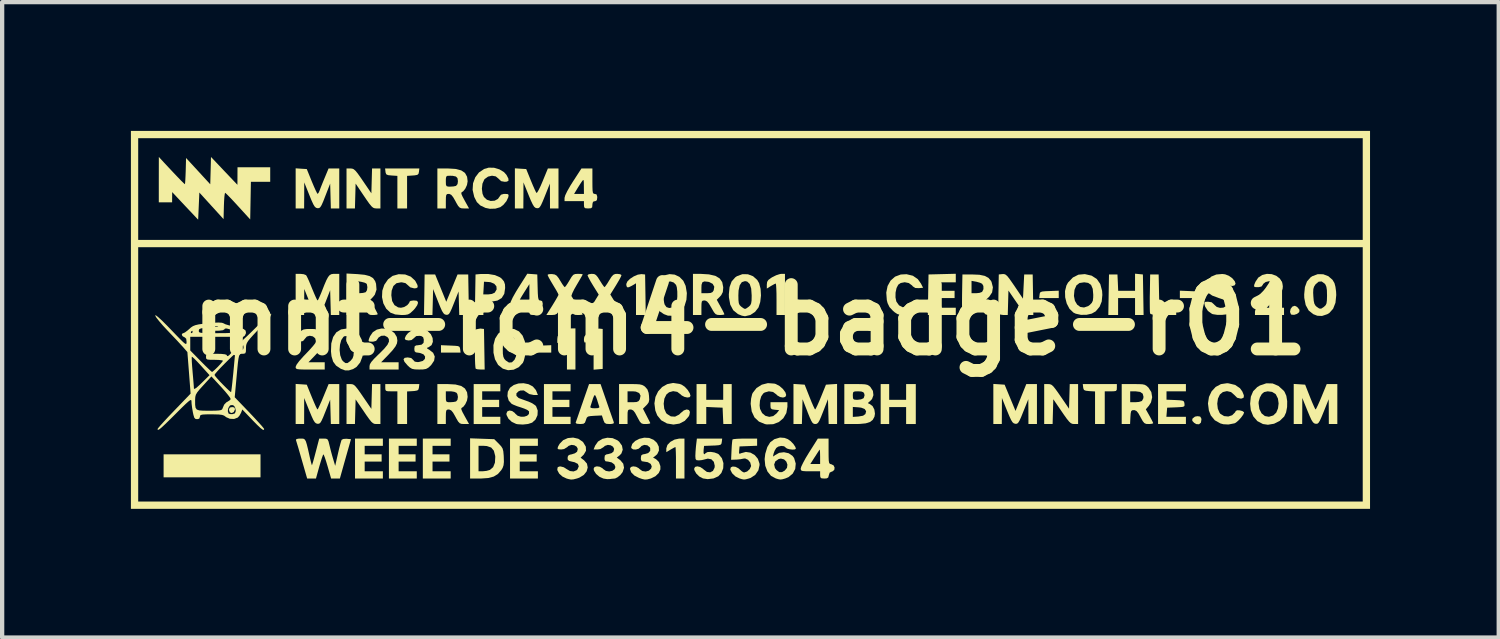
<source format=kicad_pcb>
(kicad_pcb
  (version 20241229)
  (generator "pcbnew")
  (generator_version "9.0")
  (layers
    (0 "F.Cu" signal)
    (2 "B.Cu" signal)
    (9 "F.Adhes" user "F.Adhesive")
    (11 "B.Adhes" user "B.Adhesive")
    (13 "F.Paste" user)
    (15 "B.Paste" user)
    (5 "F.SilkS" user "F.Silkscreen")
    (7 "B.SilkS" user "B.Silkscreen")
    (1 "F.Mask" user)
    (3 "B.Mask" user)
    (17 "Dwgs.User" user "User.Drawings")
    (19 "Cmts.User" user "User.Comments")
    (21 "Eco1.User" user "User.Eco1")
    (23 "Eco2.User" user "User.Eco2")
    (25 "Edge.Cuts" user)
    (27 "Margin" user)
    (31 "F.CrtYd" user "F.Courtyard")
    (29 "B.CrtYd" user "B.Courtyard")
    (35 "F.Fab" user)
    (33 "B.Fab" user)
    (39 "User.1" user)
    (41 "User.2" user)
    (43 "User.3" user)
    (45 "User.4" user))
  (footprint "mnt-rcm4-badge-r01"
    (layer "F.Cu")
    (at 14.422 4.403)
    (property "Reference" "mnt-rcm4-badge-r01" (at 0 0 0) (layer "F.SilkS") (effects (font (size 1.5 1.5) (thickness 0.3))))
    (attr board_only exclude_from_pos_files exclude_from_bom)
    (fp_poly (pts (xy -11.402 3.401) (xy -11.402 3.669) (xy -12.531 3.669) (xy -13.66 3.669) (xy -13.66 3.401) (xy -13.66 3.133) (xy -12.531 3.133) (xy -11.402 3.133)) (stroke (width 0) (type solid)) (fill yes) (layer "F.SilkS"))
    (fp_poly (pts (xy -12.01 2.041) (xy -11.998 2.078) (xy -12 2.095) (xy -12.026 2.148) (xy -12.073 2.171) (xy -12.116 2.155) (xy -12.133 2.113) (xy -12.136 2.084) (xy -12.117 2.043) (xy -12.063 2.032)) (stroke (width 0) (type solid)) (fill yes) (layer "F.SilkS"))
    (fp_poly (pts (xy -6.978 0.599) (xy -6.868 0.604) (xy -6.802 0.611) (xy -6.769 0.626) (xy -6.755 0.654) (xy -6.75 0.684) (xy -6.741 0.762) (xy -6.969 0.762) (xy -7.197 0.762) (xy -7.197 0.676) (xy -7.197 0.59)) (stroke (width 0) (type solid)) (fill yes) (layer "F.SilkS"))
    (fp_poly (pts (xy -4.628 0.676) (xy -4.628 0.762) (xy -4.856 0.762) (xy -5.084 0.762) (xy -5.075 0.684) (xy -5.068 0.645) (xy -5.05 0.622) (xy -5.01 0.609) (xy -4.934 0.602) (xy -4.847 0.599) (xy -4.628 0.59)) (stroke (width 0) (type solid)) (fill yes) (layer "F.SilkS"))
    (fp_poly (pts (xy 7.197 -0.594) (xy 7.197 -0.508) (xy 6.969 -0.508) (xy 6.741 -0.508) (xy 6.75 -0.586) (xy 6.757 -0.625) (xy 6.775 -0.648) (xy 6.816 -0.661) (xy 6.891 -0.668) (xy 6.978 -0.671) (xy 7.197 -0.68)) (stroke (width 0) (type solid)) (fill yes) (layer "F.SilkS"))
    (fp_poly (pts (xy 10.238 -0.671) (xy 10.348 -0.666) (xy 10.413 -0.659) (xy 10.447 -0.644) (xy 10.461 -0.616) (xy 10.465 -0.586) (xy 10.474 -0.508) (xy 10.247 -0.508) (xy 10.019 -0.508) (xy 10.019 -0.594) (xy 10.019 -0.68)) (stroke (width 0) (type solid)) (fill yes) (layer "F.SilkS"))
    (fp_poly (pts (xy 10.492 2.253) (xy 10.517 2.293) (xy 10.522 2.319) (xy 10.51 2.394) (xy 10.465 2.433) (xy 10.399 2.428) (xy 10.353 2.4) (xy 10.309 2.354) (xy 10.309 2.313) (xy 10.318 2.295) (xy 10.372 2.254) (xy 10.431 2.244)) (stroke (width 0) (type solid)) (fill yes) (layer "F.SilkS"))
    (fp_poly (pts (xy 12.745 -0.305) (xy 12.767 -0.285) (xy 12.806 -0.233) (xy 12.802 -0.188) (xy 12.796 -0.176) (xy 12.748 -0.138) (xy 12.681 -0.117) (xy 12.622 -0.121) (xy 12.607 -0.13) (xy 12.586 -0.186) (xy 12.599 -0.254) (xy 12.639 -0.307) (xy 12.647 -0.312) (xy 12.698 -0.328)) (stroke (width 0) (type solid)) (fill yes) (layer "F.SilkS"))
    (fp_poly (pts (xy -2.526 -1.066) (xy -2.441 -1.058) (xy -2.433 -0.586) (xy -2.426 -0.113) (xy -2.539 -0.113) (xy -2.653 -0.113) (xy -2.653 -0.483) (xy -2.653 -0.852) (xy -2.749 -0.795) (xy -2.823 -0.759) (xy -2.863 -0.761) (xy -2.878 -0.806) (xy -2.879 -0.837) (xy -2.854 -0.895) (xy -2.791 -0.957) (xy -2.705 -1.013) (xy -2.613 -1.053) (xy -2.53 -1.066)) (stroke (width 0) (type solid)) (fill yes) (layer "F.SilkS"))
    (fp_poly (pts (xy 9.533 -0.67) (xy 9.541 -0.282) (xy 9.737 -0.282) (xy 9.934 -0.282) (xy 9.934 -0.198) (xy 9.934 -0.113) (xy 9.637 -0.113) (xy 9.491 -0.115) (xy 9.395 -0.122) (xy 9.342 -0.135) (xy 9.326 -0.149) (xy 9.321 -0.189) (xy 9.319 -0.275) (xy 9.318 -0.395) (xy 9.318 -0.54) (xy 9.32 -0.622) (xy 9.327 -1.058) (xy 9.426 -1.058) (xy 9.525 -1.058)) (stroke (width 0) (type solid)) (fill yes) (layer "F.SilkS"))
    (fp_poly (pts (xy -7.71 -3.45) (xy -7.721 -3.403) (xy -7.749 -3.378) (xy -7.812 -3.367) (xy -7.853 -3.364) (xy -7.987 -3.355) (xy -7.987 -2.976) (xy -7.987 -2.596) (xy -8.1 -2.596) (xy -8.213 -2.596) (xy -8.213 -2.976) (xy -8.213 -3.355) (xy -8.347 -3.364) (xy -8.428 -3.372) (xy -8.47 -3.39) (xy -8.486 -3.426) (xy -8.49 -3.45) (xy -8.499 -3.528) (xy -8.1 -3.528) (xy -7.701 -3.528)) (stroke (width 0) (type solid)) (fill yes) (layer "F.SilkS"))
    (fp_poly (pts (xy -7.71 1.573) (xy -7.721 1.621) (xy -7.749 1.645) (xy -7.812 1.657) (xy -7.853 1.66) (xy -7.987 1.668) (xy -7.987 2.048) (xy -7.987 2.427) (xy -8.1 2.427) (xy -8.213 2.427) (xy -8.213 2.046) (xy -8.213 1.665) (xy -8.354 1.665) (xy -8.437 1.663) (xy -8.479 1.652) (xy -8.493 1.622) (xy -8.495 1.58) (xy -8.495 1.496) (xy -8.098 1.496) (xy -7.701 1.496)) (stroke (width 0) (type solid)) (fill yes) (layer "F.SilkS"))
    (fp_poly (pts (xy 8.551 1.58) (xy 8.548 1.631) (xy 8.529 1.656) (xy 8.48 1.664) (xy 8.41 1.665) (xy 8.269 1.665) (xy 8.269 2.046) (xy 8.269 2.427) (xy 8.156 2.427) (xy 8.043 2.427) (xy 8.043 2.048) (xy 8.043 1.668) (xy 7.909 1.66) (xy 7.828 1.651) (xy 7.786 1.634) (xy 7.77 1.597) (xy 7.766 1.573) (xy 7.757 1.496) (xy 8.154 1.496) (xy 8.551 1.496)) (stroke (width 0) (type solid)) (fill yes) (layer "F.SilkS"))
    (fp_poly (pts (xy -1.524 3.231) (xy -1.524 3.697) (xy -1.623 3.697) (xy -1.722 3.697) (xy -1.722 3.33) (xy -1.722 3.194) (xy -1.725 3.08) (xy -1.729 3) (xy -1.733 2.964) (xy -1.734 2.963) (xy -1.764 2.976) (xy -1.823 3.009) (xy -1.847 3.023) (xy -1.947 3.082) (xy -1.947 2.995) (xy -1.921 2.914) (xy -1.853 2.843) (xy -1.757 2.79) (xy -1.646 2.766) (xy -1.63 2.766) (xy -1.524 2.766)) (stroke (width 0) (type solid)) (fill yes) (layer "F.SilkS"))
    (fp_poly (pts (xy -6.273 0.203) (xy -6.195 0.212) (xy -6.187 0.684) (xy -6.179 1.157) (xy -6.274 1.157) (xy -6.344 1.152) (xy -6.386 1.14) (xy -6.388 1.138) (xy -6.395 1.104) (xy -6.401 1.025) (xy -6.405 0.913) (xy -6.406 0.779) (xy -6.406 0.769) (xy -6.406 0.419) (xy -6.505 0.48) (xy -6.604 0.541) (xy -6.604 0.447) (xy -6.597 0.386) (xy -6.567 0.339) (xy -6.502 0.289) (xy -6.478 0.273) (xy -6.368 0.218) (xy -6.279 0.202)) (stroke (width 0) (type solid)) (fill yes) (layer "F.SilkS"))
    (fp_poly (pts (xy -4.064 0.677) (xy -4.064 1.157) (xy -4.163 1.157) (xy -4.262 1.157) (xy -4.262 0.79) (xy -4.263 0.654) (xy -4.266 0.54) (xy -4.272 0.46) (xy -4.278 0.424) (xy -4.279 0.423) (xy -4.313 0.437) (xy -4.373 0.471) (xy -4.392 0.482) (xy -4.487 0.541) (xy -4.486 0.447) (xy -4.479 0.386) (xy -4.449 0.34) (xy -4.384 0.292) (xy -4.358 0.275) (xy -4.267 0.23) (xy -4.182 0.202) (xy -4.147 0.198) (xy -4.064 0.198)) (stroke (width 0) (type solid)) (fill yes) (layer "F.SilkS"))
    (fp_poly (pts (xy 0.818 -0.593) (xy 0.818 -0.113) (xy 0.72 -0.113) (xy 0.621 -0.113) (xy 0.621 -0.48) (xy 0.62 -0.616) (xy 0.616 -0.73) (xy 0.611 -0.81) (xy 0.604 -0.846) (xy 0.603 -0.847) (xy 0.57 -0.833) (xy 0.509 -0.799) (xy 0.49 -0.788) (xy 0.395 -0.729) (xy 0.395 -0.823) (xy 0.402 -0.884) (xy 0.431 -0.93) (xy 0.494 -0.977) (xy 0.523 -0.995) (xy 0.614 -1.04) (xy 0.7 -1.068) (xy 0.735 -1.072) (xy 0.818 -1.072)) (stroke (width 0) (type solid)) (fill yes) (layer "F.SilkS"))
    (fp_poly (pts (xy -8.551 2.85) (xy -8.551 2.935) (xy -8.763 2.935) (xy -8.975 2.935) (xy -8.975 3.034) (xy -8.975 3.133) (xy -8.777 3.133) (xy -8.58 3.133) (xy -8.58 3.217) (xy -8.58 3.302) (xy -8.777 3.302) (xy -8.975 3.302) (xy -8.975 3.415) (xy -8.975 3.528) (xy -8.763 3.528) (xy -8.551 3.528) (xy -8.551 3.612) (xy -8.551 3.697) (xy -8.876 3.697) (xy -9.2 3.697) (xy -9.2 3.231) (xy -9.2 2.766) (xy -8.876 2.766) (xy -8.551 2.766)) (stroke (width 0) (type solid)) (fill yes) (layer "F.SilkS"))
    (fp_poly (pts (xy -7.761 2.85) (xy -7.761 2.935) (xy -7.973 2.935) (xy -8.184 2.935) (xy -8.184 3.034) (xy -8.184 3.133) (xy -7.987 3.133) (xy -7.789 3.133) (xy -7.789 3.217) (xy -7.789 3.302) (xy -7.987 3.302) (xy -8.184 3.302) (xy -8.184 3.415) (xy -8.184 3.528) (xy -7.973 3.528) (xy -7.761 3.528) (xy -7.761 3.612) (xy -7.761 3.697) (xy -8.086 3.697) (xy -8.41 3.697) (xy -8.41 3.231) (xy -8.41 2.766) (xy -8.086 2.766) (xy -7.761 2.766)) (stroke (width 0) (type solid)) (fill yes) (layer "F.SilkS"))
    (fp_poly (pts (xy -6.971 2.85) (xy -6.971 2.935) (xy -7.183 2.935) (xy -7.394 2.935) (xy -7.394 3.034) (xy -7.394 3.133) (xy -7.197 3.133) (xy -6.999 3.133) (xy -6.999 3.217) (xy -6.999 3.302) (xy -7.197 3.302) (xy -7.394 3.302) (xy -7.394 3.415) (xy -7.394 3.528) (xy -7.183 3.528) (xy -6.971 3.528) (xy -6.971 3.612) (xy -6.971 3.697) (xy -7.295 3.697) (xy -7.62 3.697) (xy -7.62 3.231) (xy -7.62 2.766) (xy -7.295 2.766) (xy -6.971 2.766)) (stroke (width 0) (type solid)) (fill yes) (layer "F.SilkS"))
    (fp_poly (pts (xy -5.814 1.58) (xy -5.814 1.665) (xy -6.025 1.665) (xy -6.237 1.665) (xy -6.237 1.764) (xy -6.237 1.863) (xy -6.04 1.863) (xy -5.842 1.863) (xy -5.842 1.947) (xy -5.842 2.032) (xy -6.04 2.032) (xy -6.237 2.032) (xy -6.237 2.145) (xy -6.237 2.258) (xy -6.025 2.258) (xy -5.814 2.258) (xy -5.814 2.342) (xy -5.814 2.427) (xy -6.124 2.427) (xy -6.435 2.427) (xy -6.435 1.961) (xy -6.435 1.496) (xy -6.124 1.496) (xy -5.814 1.496)) (stroke (width 0) (type solid)) (fill yes) (layer "F.SilkS"))
    (fp_poly (pts (xy -4.939 2.85) (xy -4.939 2.935) (xy -5.151 2.935) (xy -5.362 2.935) (xy -5.362 3.034) (xy -5.362 3.133) (xy -5.165 3.133) (xy -4.967 3.133) (xy -4.967 3.217) (xy -4.967 3.302) (xy -5.165 3.302) (xy -5.362 3.302) (xy -5.362 3.415) (xy -5.362 3.528) (xy -5.151 3.528) (xy -4.939 3.528) (xy -4.939 3.612) (xy -4.939 3.697) (xy -5.263 3.697) (xy -5.588 3.697) (xy -5.588 3.231) (xy -5.588 2.766) (xy -5.263 2.766) (xy -4.939 2.766)) (stroke (width 0) (type solid)) (fill yes) (layer "F.SilkS"))
    (fp_poly (pts (xy -4.177 1.58) (xy -4.177 1.665) (xy -4.389 1.665) (xy -4.6 1.665) (xy -4.6 1.764) (xy -4.6 1.863) (xy -4.403 1.863) (xy -4.205 1.863) (xy -4.205 1.947) (xy -4.205 2.032) (xy -4.403 2.032) (xy -4.6 2.032) (xy -4.6 2.145) (xy -4.6 2.258) (xy -4.389 2.258) (xy -4.177 2.258) (xy -4.177 2.342) (xy -4.177 2.427) (xy -4.487 2.427) (xy -4.798 2.427) (xy -4.798 1.961) (xy -4.798 1.496) (xy -4.487 1.496) (xy -4.177 1.496)) (stroke (width 0) (type solid)) (fill yes) (layer "F.SilkS"))
    (fp_poly (pts (xy -3.429 0.212) (xy -3.429 0.677) (xy -3.429 1.143) (xy -3.535 1.152) (xy -3.641 1.161) (xy -3.641 0.792) (xy -3.642 0.655) (xy -3.646 0.541) (xy -3.653 0.461) (xy -3.66 0.425) (xy -3.662 0.424) (xy -3.697 0.44) (xy -3.752 0.479) (xy -3.754 0.48) (xy -3.819 0.525) (xy -3.853 0.527) (xy -3.865 0.485) (xy -3.866 0.451) (xy -3.858 0.395) (xy -3.825 0.348) (xy -3.756 0.295) (xy -3.732 0.28) (xy -3.608 0.218) (xy -3.514 0.203)) (stroke (width 0) (type solid)) (fill yes) (layer "F.SilkS"))
    (fp_poly (pts (xy -1.016 1.679) (xy -1.016 1.863) (xy -0.818 1.863) (xy -0.621 1.863) (xy -0.621 1.679) (xy -0.621 1.496) (xy -0.522 1.496) (xy -0.423 1.496) (xy -0.423 1.961) (xy -0.423 2.427) (xy -0.521 2.427) (xy -0.618 2.427) (xy -0.627 2.237) (xy -0.635 2.046) (xy -0.826 2.038) (xy -1.016 2.029) (xy -1.016 2.228) (xy -1.016 2.427) (xy -1.129 2.427) (xy -1.242 2.427) (xy -1.242 1.961) (xy -1.242 1.496) (xy -1.129 1.496) (xy -1.016 1.496)) (stroke (width 0) (type solid)) (fill yes) (layer "F.SilkS"))
    (fp_poly (pts (xy 3.246 1.679) (xy 3.246 1.863) (xy 3.443 1.863) (xy 3.641 1.863) (xy 3.641 1.679) (xy 3.641 1.496) (xy 3.754 1.496) (xy 3.866 1.496) (xy 3.866 1.961) (xy 3.866 2.427) (xy 3.754 2.427) (xy 3.641 2.427) (xy 3.641 2.23) (xy 3.641 2.032) (xy 3.443 2.032) (xy 3.246 2.032) (xy 3.246 2.23) (xy 3.246 2.427) (xy 3.147 2.427) (xy 3.048 2.427) (xy 3.048 1.961) (xy 3.048 1.496) (xy 3.147 1.496) (xy 3.246 1.496)) (stroke (width 0) (type solid)) (fill yes) (layer "F.SilkS"))
    (fp_poly (pts (xy 4.798 -0.975) (xy 4.798 -0.875) (xy 4.586 -0.875) (xy 4.374 -0.875) (xy 4.374 -0.776) (xy 4.374 -0.677) (xy 4.572 -0.677) (xy 4.77 -0.677) (xy 4.77 -0.593) (xy 4.77 -0.508) (xy 4.572 -0.508) (xy 4.374 -0.508) (xy 4.374 -0.395) (xy 4.374 -0.282) (xy 4.586 -0.282) (xy 4.798 -0.282) (xy 4.798 -0.198) (xy 4.798 -0.113) (xy 4.473 -0.113) (xy 4.147 -0.113) (xy 4.155 -0.586) (xy 4.163 -1.058) (xy 4.48 -1.066) (xy 4.798 -1.074)) (stroke (width 0) (type solid)) (fill yes) (layer "F.SilkS"))
    (fp_poly (pts (xy 9.066 -1.067) (xy 9.158 -1.058) (xy 9.166 -0.586) (xy 9.174 -0.113) (xy 9.074 -0.113) (xy 8.975 -0.113) (xy 8.975 -0.31) (xy 8.975 -0.508) (xy 8.777 -0.508) (xy 8.58 -0.508) (xy 8.58 -0.31) (xy 8.58 -0.113) (xy 8.466 -0.113) (xy 8.352 -0.113) (xy 8.36 -0.586) (xy 8.368 -1.058) (xy 8.467 -1.058) (xy 8.565 -1.058) (xy 8.574 -0.868) (xy 8.582 -0.677) (xy 8.778 -0.677) (xy 8.975 -0.677) (xy 8.975 -0.877) (xy 8.975 -1.076)) (stroke (width 0) (type solid)) (fill yes) (layer "F.SilkS"))
    (fp_poly (pts (xy -9.265 -3.524) (xy -9.229 -3.509) (xy -9.189 -3.474) (xy -9.138 -3.412) (xy -9.069 -3.315) (xy -9.017 -3.239) (xy -8.819 -2.949) (xy -8.811 -3.239) (xy -8.803 -3.528) (xy -8.706 -3.528) (xy -8.608 -3.528) (xy -8.608 -3.062) (xy -8.608 -2.596) (xy -8.701 -2.596) (xy -8.743 -2.6) (xy -8.779 -2.614) (xy -8.818 -2.648) (xy -8.868 -2.709) (xy -8.936 -2.805) (xy -8.991 -2.886) (xy -9.186 -3.175) (xy -9.194 -2.886) (xy -9.202 -2.596) (xy -9.3 -2.596) (xy -9.398 -2.596) (xy -9.398 -3.062) (xy -9.398 -3.528) (xy -9.306 -3.528)) (stroke (width 0) (type solid)) (fill yes) (layer "F.SilkS"))
    (fp_poly (pts (xy -9.265 1.499) (xy -9.229 1.514) (xy -9.189 1.549) (xy -9.138 1.612) (xy -9.069 1.709) (xy -9.017 1.785) (xy -8.819 2.074) (xy -8.811 1.785) (xy -8.803 1.496) (xy -8.706 1.496) (xy -8.608 1.496) (xy -8.608 1.961) (xy -8.608 2.427) (xy -8.701 2.427) (xy -8.743 2.424) (xy -8.779 2.409) (xy -8.819 2.375) (xy -8.869 2.313) (xy -8.938 2.217) (xy -8.99 2.14) (xy -9.186 1.853) (xy -9.194 2.14) (xy -9.202 2.427) (xy -9.3 2.427) (xy -9.398 2.427) (xy -9.398 1.961) (xy -9.398 1.496) (xy -9.306 1.496)) (stroke (width 0) (type solid)) (fill yes) (layer "F.SilkS"))
    (fp_poly (pts (xy 6.993 1.499) (xy 7.03 1.514) (xy 7.069 1.548) (xy 7.119 1.61) (xy 7.188 1.706) (xy 7.241 1.783) (xy 7.437 2.07) (xy 7.445 1.783) (xy 7.453 1.496) (xy 7.55 1.496) (xy 7.648 1.496) (xy 7.648 1.961) (xy 7.648 2.427) (xy 7.556 2.427) (xy 7.516 2.423) (xy 7.479 2.407) (xy 7.439 2.371) (xy 7.387 2.308) (xy 7.317 2.21) (xy 7.267 2.137) (xy 7.07 1.849) (xy 7.062 2.138) (xy 7.054 2.427) (xy 6.956 2.427) (xy 6.858 2.427) (xy 6.858 1.961) (xy 6.858 1.496) (xy 6.951 1.496)) (stroke (width 0) (type solid)) (fill yes) (layer "F.SilkS"))
    (fp_poly (pts (xy 10.16 1.58) (xy 10.16 1.665) (xy 9.934 1.665) (xy 9.708 1.665) (xy 9.708 1.763) (xy 9.708 1.86) (xy 9.913 1.868) (xy 10.019 1.874) (xy 10.08 1.882) (xy 10.111 1.899) (xy 10.123 1.93) (xy 10.126 1.953) (xy 10.129 1.992) (xy 10.117 2.016) (xy 10.08 2.028) (xy 10.006 2.034) (xy 9.929 2.038) (xy 9.723 2.046) (xy 9.714 2.152) (xy 9.705 2.258) (xy 9.933 2.258) (xy 10.16 2.258) (xy 10.16 2.342) (xy 10.16 2.427) (xy 9.835 2.427) (xy 9.511 2.427) (xy 9.511 1.961) (xy 9.511 1.496) (xy 9.835 1.496) (xy 10.16 1.496)) (stroke (width 0) (type solid)) (fill yes) (layer "F.SilkS"))
    (fp_poly (pts (xy 14.45 0) (xy 14.45 4.403) (xy 0.014 4.403) (xy -14.422 4.403) (xy -14.422 0) (xy -14.422 -1.693) (xy -14.252 -1.693) (xy -14.252 1.27) (xy -14.252 4.233) (xy 0.014 4.233) (xy 14.28 4.233) (xy 14.28 1.27) (xy 14.28 -1.693) (xy 0.014 -1.693) (xy -14.252 -1.693) (xy -14.422 -1.693) (xy -14.422 -4.233) (xy -14.252 -4.233) (xy -14.252 -3.048) (xy -14.252 -1.863) (xy 0.014 -1.863) (xy 14.28 -1.863) (xy 14.28 -3.048) (xy 14.28 -4.233) (xy 0.014 -4.233) (xy -14.252 -4.233) (xy -14.422 -4.233) (xy -14.422 -4.403) (xy 0.014 -4.403) (xy 14.45 -4.403)) (stroke (width 0) (type solid)) (fill yes) (layer "F.SilkS"))
    (fp_poly (pts (xy -7.203 -0.74) (xy -7.074 -0.422) (xy -6.942 -0.74) (xy -6.811 -1.058) (xy -6.686 -1.058) (xy -6.562 -1.058) (xy -6.554 -0.586) (xy -6.546 -0.113) (xy -6.659 -0.113) (xy -6.771 -0.113) (xy -6.779 -0.387) (xy -6.787 -0.662) (xy -6.896 -0.386) (xy -6.946 -0.262) (xy -6.983 -0.183) (xy -7.011 -0.138) (xy -7.039 -0.12) (xy -7.071 -0.118) (xy -7.076 -0.118) (xy -7.11 -0.128) (xy -7.14 -0.155) (xy -7.173 -0.208) (xy -7.213 -0.297) (xy -7.264 -0.423) (xy -7.38 -0.718) (xy -7.388 -0.416) (xy -7.396 -0.113) (xy -7.495 -0.113) (xy -7.593 -0.113) (xy -7.585 -0.586) (xy -7.578 -1.058) (xy -7.455 -1.058) (xy -7.333 -1.058)) (stroke (width 0) (type solid)) (fill yes) (layer "F.SilkS"))
    (fp_poly (pts (xy 5.804 1.501) (xy 5.936 1.51) (xy 6.063 1.816) (xy 6.19 2.122) (xy 6.315 1.809) (xy 6.441 1.496) (xy 6.565 1.496) (xy 6.689 1.496) (xy 6.689 1.961) (xy 6.689 2.427) (xy 6.59 2.427) (xy 6.491 2.427) (xy 6.49 2.138) (xy 6.488 1.849) (xy 6.371 2.139) (xy 6.32 2.266) (xy 6.282 2.349) (xy 6.252 2.397) (xy 6.225 2.419) (xy 6.195 2.422) (xy 6.184 2.421) (xy 6.15 2.411) (xy 6.119 2.384) (xy 6.086 2.331) (xy 6.045 2.242) (xy 5.993 2.117) (xy 5.873 1.82) (xy 5.872 2.124) (xy 5.87 2.427) (xy 5.771 2.427) (xy 5.673 2.427) (xy 5.673 1.96) (xy 5.673 1.493)) (stroke (width 0) (type solid)) (fill yes) (layer "F.SilkS"))
    (fp_poly (pts (xy 5.957 -1.055) (xy 5.995 -1.023) (xy 6.043 -0.964) (xy 6.11 -0.869) (xy 6.168 -0.785) (xy 6.364 -0.494) (xy 6.378 -0.776) (xy 6.392 -1.058) (xy 6.491 -1.058) (xy 6.59 -1.058) (xy 6.598 -0.586) (xy 6.605 -0.113) (xy 6.51 -0.113) (xy 6.468 -0.116) (xy 6.431 -0.13) (xy 6.392 -0.163) (xy 6.342 -0.224) (xy 6.275 -0.318) (xy 6.22 -0.398) (xy 6.025 -0.683) (xy 6.017 -0.398) (xy 6.009 -0.113) (xy 5.911 -0.113) (xy 5.841 -0.122) (xy 5.8 -0.146) (xy 5.798 -0.149) (xy 5.794 -0.189) (xy 5.791 -0.275) (xy 5.79 -0.395) (xy 5.791 -0.54) (xy 5.792 -0.622) (xy 5.8 -1.058) (xy 5.885 -1.067) (xy 5.923 -1.067)) (stroke (width 0) (type solid)) (fill yes) (layer "F.SilkS"))
    (fp_poly (pts (xy -5.94 -1.043) (xy -5.821 -0.991) (xy -5.781 -0.959) (xy -5.729 -0.895) (xy -5.706 -0.826) (xy -5.702 -0.743) (xy -5.722 -0.607) (xy -5.782 -0.51) (xy -5.883 -0.449) (xy -6.028 -0.424) (xy -6.066 -0.423) (xy -6.209 -0.423) (xy -6.209 -0.268) (xy -6.209 -0.113) (xy -6.308 -0.113) (xy -6.408 -0.113) (xy -6.4 -0.586) (xy -6.4 -0.593) (xy -6.212 -0.593) (xy -6.099 -0.593) (xy -6.011 -0.604) (xy -5.947 -0.633) (xy -5.943 -0.637) (xy -5.9 -0.71) (xy -5.906 -0.782) (xy -5.955 -0.841) (xy -6.041 -0.877) (xy -6.082 -0.882) (xy -6.195 -0.889) (xy -6.203 -0.741) (xy -6.212 -0.593) (xy -6.4 -0.593) (xy -6.392 -1.058) (xy -6.279 -1.068) (xy -6.096 -1.069)) (stroke (width 0) (type solid)) (fill yes) (layer "F.SilkS"))
    (fp_poly (pts (xy -6.238 2.77) (xy -5.956 2.78) (xy -5.85 2.886) (xy -5.795 2.945) (xy -5.762 2.997) (xy -5.745 3.061) (xy -5.736 3.156) (xy -5.734 3.196) (xy -5.731 3.31) (xy -5.739 3.387) (xy -5.76 3.448) (xy -5.791 3.5) (xy -5.87 3.591) (xy -5.967 3.651) (xy -6.095 3.685) (xy -6.264 3.697) (xy -6.287 3.697) (xy -6.519 3.697) (xy -6.519 3.229) (xy -6.519 2.935) (xy -6.322 2.935) (xy -6.322 3.231) (xy -6.322 3.528) (xy -6.224 3.528) (xy -6.134 3.518) (xy -6.057 3.496) (xy -5.982 3.432) (xy -5.94 3.328) (xy -5.932 3.192) (xy -5.934 3.169) (xy -5.965 3.049) (xy -6.027 2.975) (xy -6.128 2.94) (xy -6.198 2.935) (xy -6.322 2.935) (xy -6.519 2.935) (xy -6.519 2.76)) (stroke (width 0) (type solid)) (fill yes) (layer "F.SilkS"))
    (fp_poly (pts (xy -10.453 1.501) (xy -10.324 1.51) (xy -10.207 1.799) (xy -10.158 1.915) (xy -10.117 2.009) (xy -10.087 2.07) (xy -10.074 2.088) (xy -10.058 2.064) (xy -10.026 1.997) (xy -9.982 1.9) (xy -9.937 1.792) (xy -9.815 1.496) (xy -9.691 1.496) (xy -9.567 1.496) (xy -9.567 1.961) (xy -9.567 2.427) (xy -9.665 2.427) (xy -9.763 2.427) (xy -9.771 2.143) (xy -9.779 1.859) (xy -9.892 2.144) (xy -9.943 2.27) (xy -9.98 2.351) (xy -10.009 2.398) (xy -10.036 2.418) (xy -10.067 2.422) (xy -10.075 2.421) (xy -10.109 2.411) (xy -10.139 2.384) (xy -10.172 2.331) (xy -10.213 2.242) (xy -10.265 2.117) (xy -10.385 1.82) (xy -10.385 2.124) (xy -10.386 2.427) (xy -10.485 2.427) (xy -10.583 2.427) (xy -10.583 1.96) (xy -10.583 1.493)) (stroke (width 0) (type solid)) (fill yes) (layer "F.SilkS"))
    (fp_poly (pts (xy -5.343 -3.522) (xy -5.211 -3.514) (xy -5.103 -3.247) (xy -5.055 -3.132) (xy -5.013 -3.037) (xy -4.983 -2.975) (xy -4.972 -2.957) (xy -4.953 -2.972) (xy -4.919 -3.03) (xy -4.874 -3.123) (xy -4.828 -3.231) (xy -4.706 -3.528) (xy -4.583 -3.528) (xy -4.459 -3.528) (xy -4.459 -3.062) (xy -4.459 -2.596) (xy -4.558 -2.596) (xy -4.657 -2.596) (xy -4.658 -2.886) (xy -4.66 -3.175) (xy -4.776 -2.884) (xy -4.828 -2.757) (xy -4.866 -2.674) (xy -4.896 -2.626) (xy -4.923 -2.605) (xy -4.953 -2.601) (xy -4.964 -2.602) (xy -4.998 -2.612) (xy -5.028 -2.639) (xy -5.061 -2.693) (xy -5.103 -2.781) (xy -5.155 -2.907) (xy -5.275 -3.203) (xy -5.276 -2.9) (xy -5.278 -2.596) (xy -5.376 -2.596) (xy -5.475 -2.596) (xy -5.475 -3.064) (xy -5.475 -3.531)) (stroke (width 0) (type solid)) (fill yes) (layer "F.SilkS"))
    (fp_poly (pts (xy 12.805 1.501) (xy 12.938 1.51) (xy 13.052 1.799) (xy 13.099 1.915) (xy 13.14 2.009) (xy 13.169 2.07) (xy 13.182 2.088) (xy 13.198 2.064) (xy 13.231 1.997) (xy 13.275 1.899) (xy 13.32 1.792) (xy 13.441 1.496) (xy 13.564 1.496) (xy 13.688 1.496) (xy 13.688 1.961) (xy 13.688 2.427) (xy 13.589 2.427) (xy 13.49 2.427) (xy 13.489 2.138) (xy 13.487 1.849) (xy 13.371 2.139) (xy 13.319 2.266) (xy 13.281 2.349) (xy 13.251 2.397) (xy 13.224 2.419) (xy 13.194 2.422) (xy 13.183 2.421) (xy 13.149 2.411) (xy 13.119 2.384) (xy 13.085 2.331) (xy 13.044 2.242) (xy 12.992 2.117) (xy 12.872 1.82) (xy 12.871 2.124) (xy 12.869 2.427) (xy 12.771 2.427) (xy 12.672 2.427) (xy 12.672 1.96) (xy 12.672 1.493)) (stroke (width 0) (type solid)) (fill yes) (layer "F.SilkS"))
    (fp_poly (pts (xy 2.032 1.96) (xy 2.032 2.427) (xy 1.934 2.427) (xy 1.836 2.427) (xy 1.828 2.138) (xy 1.82 1.849) (xy 1.707 2.138) (xy 1.656 2.266) (xy 1.619 2.349) (xy 1.589 2.398) (xy 1.56 2.421) (xy 1.528 2.427) (xy 1.524 2.427) (xy 1.491 2.422) (xy 1.462 2.401) (xy 1.433 2.356) (xy 1.396 2.276) (xy 1.346 2.153) (xy 1.341 2.138) (xy 1.228 1.849) (xy 1.22 2.138) (xy 1.212 2.427) (xy 1.114 2.427) (xy 1.016 2.427) (xy 1.016 1.96) (xy 1.016 1.493) (xy 1.147 1.501) (xy 1.277 1.51) (xy 1.391 1.799) (xy 1.438 1.916) (xy 1.479 2.01) (xy 1.509 2.071) (xy 1.522 2.088) (xy 1.538 2.064) (xy 1.571 1.997) (xy 1.614 1.9) (xy 1.656 1.799) (xy 1.773 1.51) (xy 1.902 1.501) (xy 2.032 1.493)) (stroke (width 0) (type solid)) (fill yes) (layer "F.SilkS"))
    (fp_poly (pts (xy -10.453 -3.522) (xy -10.324 -3.514) (xy -10.207 -3.225) (xy -10.158 -3.109) (xy -10.116 -3.015) (xy -10.085 -2.954) (xy -10.071 -2.935) (xy -10.05 -2.959) (xy -10.025 -3.013) (xy -10.002 -3.075) (xy -9.964 -3.171) (xy -9.918 -3.283) (xy -9.907 -3.309) (xy -9.816 -3.528) (xy -9.692 -3.528) (xy -9.567 -3.528) (xy -9.567 -3.062) (xy -9.567 -2.596) (xy -9.665 -2.596) (xy -9.763 -2.596) (xy -9.771 -2.886) (xy -9.779 -3.175) (xy -9.892 -2.885) (xy -9.942 -2.757) (xy -9.979 -2.674) (xy -10.008 -2.627) (xy -10.035 -2.605) (xy -10.065 -2.602) (xy -10.075 -2.602) (xy -10.109 -2.612) (xy -10.139 -2.639) (xy -10.172 -2.693) (xy -10.213 -2.782) (xy -10.264 -2.907) (xy -10.383 -3.203) (xy -10.384 -2.9) (xy -10.386 -2.596) (xy -10.485 -2.596) (xy -10.583 -2.596) (xy -10.583 -3.064) (xy -10.583 -3.531)) (stroke (width 0) (type solid)) (fill yes) (layer "F.SilkS"))
    (fp_poly (pts (xy -8.471 0.207) (xy -8.366 0.244) (xy -8.281 0.308) (xy -8.226 0.399) (xy -8.213 0.483) (xy -8.223 0.549) (xy -8.258 0.62) (xy -8.324 0.707) (xy -8.428 0.82) (xy -8.434 0.826) (xy -8.592 0.988) (xy -8.388 0.988) (xy -8.184 0.988) (xy -8.184 1.072) (xy -8.184 1.157) (xy -8.523 1.157) (xy -8.862 1.157) (xy -8.862 1.079) (xy -8.853 1.034) (xy -8.82 0.98) (xy -8.757 0.908) (xy -8.658 0.81) (xy -8.636 0.79) (xy -8.518 0.671) (xy -8.443 0.579) (xy -8.409 0.506) (xy -8.412 0.446) (xy -8.444 0.401) (xy -8.512 0.367) (xy -8.59 0.372) (xy -8.653 0.412) (xy -8.669 0.437) (xy -8.708 0.489) (xy -8.773 0.507) (xy -8.796 0.508) (xy -8.859 0.506) (xy -8.884 0.491) (xy -8.877 0.449) (xy -8.85 0.382) (xy -8.785 0.287) (xy -8.692 0.227) (xy -8.584 0.201)) (stroke (width 0) (type solid)) (fill yes) (layer "F.SilkS"))
    (fp_poly (pts (xy -5.494 0.213) (xy -5.38 0.268) (xy -5.295 0.367) (xy -5.242 0.504) (xy -5.225 0.677) (xy -5.228 0.748) (xy -5.243 0.856) (xy -5.267 0.95) (xy -5.289 1.001) (xy -5.385 1.103) (xy -5.504 1.161) (xy -5.634 1.173) (xy -5.756 1.137) (xy -5.866 1.049) (xy -5.939 0.918) (xy -5.974 0.765) (xy -5.974 0.679) (xy -5.757 0.679) (xy -5.755 0.789) (xy -5.744 0.859) (xy -5.721 0.909) (xy -5.688 0.946) (xy -5.613 0.995) (xy -5.544 0.989) (xy -5.484 0.93) (xy -5.452 0.858) (xy -5.429 0.744) (xy -5.431 0.625) (xy -5.454 0.516) (xy -5.496 0.428) (xy -5.551 0.376) (xy -5.589 0.367) (xy -5.669 0.389) (xy -5.723 0.455) (xy -5.752 0.569) (xy -5.757 0.679) (xy -5.974 0.679) (xy -5.975 0.589) (xy -5.936 0.438) (xy -5.861 0.319) (xy -5.753 0.239) (xy -5.634 0.205)) (stroke (width 0) (type solid)) (fill yes) (layer "F.SilkS"))
    (fp_poly (pts (xy 12.18 1.482) (xy 12.317 1.54) (xy 12.438 1.65) (xy 12.458 1.676) (xy 12.5 1.77) (xy 12.52 1.895) (xy 12.518 2.031) (xy 12.494 2.157) (xy 12.451 2.251) (xy 12.346 2.354) (xy 12.214 2.42) (xy 12.071 2.444) (xy 11.955 2.427) (xy 11.825 2.359) (xy 11.73 2.249) (xy 11.672 2.104) (xy 11.656 1.955) (xy 11.657 1.944) (xy 11.853 1.944) (xy 11.872 2.078) (xy 11.923 2.179) (xy 12 2.241) (xy 12.094 2.258) (xy 12.196 2.227) (xy 12.265 2.161) (xy 12.306 2.062) (xy 12.32 1.947) (xy 12.304 1.833) (xy 12.256 1.737) (xy 12.245 1.725) (xy 12.167 1.678) (xy 12.065 1.665) (xy 11.982 1.683) (xy 11.928 1.728) (xy 11.883 1.809) (xy 11.856 1.904) (xy 11.853 1.944) (xy 11.657 1.944) (xy 11.673 1.79) (xy 11.727 1.663) (xy 11.822 1.566) (xy 11.884 1.529) (xy 12.034 1.478)) (stroke (width 0) (type solid)) (fill yes) (layer "F.SilkS"))
    (fp_poly (pts (xy -1.639 1.492) (xy -1.594 1.508) (xy -1.519 1.557) (xy -1.449 1.632) (xy -1.399 1.713) (xy -1.383 1.771) (xy -1.405 1.802) (xy -1.458 1.809) (xy -1.525 1.794) (xy -1.588 1.761) (xy -1.614 1.736) (xy -1.692 1.677) (xy -1.788 1.661) (xy -1.882 1.687) (xy -1.945 1.739) (xy -1.992 1.835) (xy -2.008 1.953) (xy -1.995 2.07) (xy -1.953 2.167) (xy -1.935 2.189) (xy -1.841 2.249) (xy -1.743 2.255) (xy -1.648 2.207) (xy -1.614 2.173) (xy -1.539 2.11) (xy -1.471 2.087) (xy -1.419 2.101) (xy -1.396 2.146) (xy -1.41 2.219) (xy -1.427 2.252) (xy -1.517 2.353) (xy -1.639 2.417) (xy -1.78 2.439) (xy -1.926 2.415) (xy -1.933 2.413) (xy -2.065 2.34) (xy -2.158 2.226) (xy -2.203 2.111) (xy -2.224 1.946) (xy -2.2 1.796) (xy -2.137 1.666) (xy -2.043 1.564) (xy -1.925 1.497) (xy -1.788 1.47)) (stroke (width 0) (type solid)) (fill yes) (layer "F.SilkS"))
    (fp_poly (pts (xy 3.799 -1.028) (xy 3.914 -0.948) (xy 3.987 -0.845) (xy 4.036 -0.748) (xy 3.936 -0.739) (xy 3.855 -0.743) (xy 3.798 -0.779) (xy 3.778 -0.803) (xy 3.703 -0.858) (xy 3.608 -0.877) (xy 3.515 -0.859) (xy 3.458 -0.82) (xy 3.418 -0.743) (xy 3.395 -0.637) (xy 3.393 -0.523) (xy 3.413 -0.427) (xy 3.476 -0.338) (xy 3.563 -0.293) (xy 3.661 -0.293) (xy 3.756 -0.342) (xy 3.782 -0.367) (xy 3.85 -0.422) (xy 3.919 -0.45) (xy 3.976 -0.449) (xy 4.005 -0.417) (xy 4.007 -0.402) (xy 3.978 -0.295) (xy 3.904 -0.207) (xy 3.792 -0.145) (xy 3.651 -0.115) (xy 3.605 -0.113) (xy 3.506 -0.117) (xy 3.438 -0.135) (xy 3.375 -0.176) (xy 3.332 -0.213) (xy 3.253 -0.298) (xy 3.209 -0.39) (xy 3.191 -0.46) (xy 3.178 -0.635) (xy 3.209 -0.789) (xy 3.279 -0.915) (xy 3.383 -1.007) (xy 3.516 -1.057) (xy 3.65 -1.064)) (stroke (width 0) (type solid)) (fill yes) (layer "F.SilkS"))
    (fp_poly (pts (xy 12.161 -1.065) (xy 12.265 -1.027) (xy 12.35 -0.961) (xy 12.405 -0.867) (xy 12.418 -0.782) (xy 12.413 -0.725) (xy 12.396 -0.674) (xy 12.357 -0.616) (xy 12.289 -0.539) (xy 12.23 -0.477) (xy 12.042 -0.282) (xy 12.244 -0.282) (xy 12.446 -0.282) (xy 12.446 -0.198) (xy 12.446 -0.113) (xy 12.107 -0.113) (xy 11.769 -0.113) (xy 11.769 -0.19) (xy 11.778 -0.236) (xy 11.811 -0.291) (xy 11.875 -0.363) (xy 11.974 -0.461) (xy 11.997 -0.482) (xy 12.099 -0.58) (xy 12.165 -0.65) (xy 12.201 -0.701) (xy 12.216 -0.743) (xy 12.216 -0.775) (xy 12.194 -0.844) (xy 12.161 -0.883) (xy 12.092 -0.9) (xy 12.018 -0.882) (xy 11.962 -0.839) (xy 11.952 -0.818) (xy 11.921 -0.777) (xy 11.855 -0.762) (xy 11.837 -0.762) (xy 11.773 -0.764) (xy 11.747 -0.779) (xy 11.753 -0.821) (xy 11.781 -0.888) (xy 11.846 -0.985) (xy 11.94 -1.046) (xy 12.048 -1.072)) (stroke (width 0) (type solid)) (fill yes) (layer "F.SilkS"))
    (fp_poly (pts (xy -1.751 -1.054) (xy -1.641 -1.002) (xy -1.551 -0.911) (xy -1.496 -0.792) (xy -1.468 -0.624) (xy -1.478 -0.468) (xy -1.52 -0.331) (xy -1.589 -0.219) (xy -1.681 -0.138) (xy -1.789 -0.096) (xy -1.909 -0.098) (xy -2.002 -0.133) (xy -2.103 -0.201) (xy -2.169 -0.289) (xy -2.207 -0.408) (xy -2.223 -0.531) (xy -2.223 -0.547) (xy -2.018 -0.547) (xy -1.997 -0.399) (xy -1.986 -0.358) (xy -1.944 -0.298) (xy -1.879 -0.276) (xy -1.805 -0.29) (xy -1.739 -0.341) (xy -1.719 -0.371) (xy -1.699 -0.443) (xy -1.69 -0.547) (xy -1.691 -0.66) (xy -1.702 -0.76) (xy -1.72 -0.815) (xy -1.774 -0.87) (xy -1.848 -0.895) (xy -1.918 -0.885) (xy -1.933 -0.875) (xy -1.985 -0.799) (xy -2.014 -0.685) (xy -2.018 -0.547) (xy -2.223 -0.547) (xy -2.227 -0.651) (xy -2.219 -0.738) (xy -2.193 -0.818) (xy -2.175 -0.856) (xy -2.095 -0.968) (xy -1.989 -1.038) (xy -1.871 -1.066)) (stroke (width 0) (type solid)) (fill yes) (layer "F.SilkS"))
    (fp_poly (pts (xy 7.806 -1.066) (xy 7.963 -1.03) (xy 8.083 -0.953) (xy 8.165 -0.835) (xy 8.207 -0.677) (xy 8.213 -0.58) (xy 8.198 -0.427) (xy 8.149 -0.306) (xy 8.059 -0.199) (xy 8.059 -0.199) (xy 7.967 -0.146) (xy 7.845 -0.118) (xy 7.713 -0.117) (xy 7.592 -0.144) (xy 7.54 -0.169) (xy 7.448 -0.257) (xy 7.383 -0.381) (xy 7.347 -0.524) (xy 7.346 -0.557) (xy 7.551 -0.557) (xy 7.574 -0.443) (xy 7.626 -0.355) (xy 7.699 -0.301) (xy 7.786 -0.288) (xy 7.881 -0.32) (xy 7.922 -0.35) (xy 7.967 -0.396) (xy 7.991 -0.446) (xy 8 -0.52) (xy 8.001 -0.587) (xy 7.989 -0.723) (xy 7.951 -0.813) (xy 7.882 -0.862) (xy 7.79 -0.875) (xy 7.681 -0.859) (xy 7.61 -0.805) (xy 7.567 -0.707) (xy 7.563 -0.691) (xy 7.551 -0.557) (xy 7.346 -0.557) (xy 7.343 -0.67) (xy 7.376 -0.802) (xy 7.413 -0.869) (xy 7.527 -0.988) (xy 7.656 -1.053) (xy 7.803 -1.066)) (stroke (width 0) (type solid)) (fill yes) (layer "F.SilkS"))
    (fp_poly (pts (xy -10.145 0.214) (xy -10.082 0.227) (xy -10.034 0.257) (xy -9.988 0.304) (xy -9.929 0.385) (xy -9.905 0.463) (xy -9.918 0.546) (xy -9.971 0.642) (xy -10.067 0.759) (xy -10.142 0.84) (xy -10.285 0.988) (xy -10.096 0.988) (xy -9.906 0.988) (xy -9.906 1.072) (xy -9.906 1.157) (xy -10.245 1.157) (xy -10.387 1.157) (xy -10.483 1.154) (xy -10.541 1.148) (xy -10.571 1.136) (xy -10.582 1.118) (xy -10.583 1.095) (xy -10.562 1.044) (xy -10.5 0.96) (xy -10.401 0.849) (xy -10.343 0.789) (xy -10.251 0.691) (xy -10.174 0.604) (xy -10.123 0.539) (xy -10.104 0.503) (xy -10.104 0.503) (xy -10.126 0.431) (xy -10.182 0.385) (xy -10.254 0.37) (xy -10.323 0.389) (xy -10.371 0.445) (xy -10.411 0.493) (xy -10.483 0.508) (xy -10.491 0.508) (xy -10.561 0.493) (xy -10.584 0.45) (xy -10.559 0.38) (xy -10.501 0.304) (xy -10.45 0.252) (xy -10.401 0.225) (xy -10.335 0.214) (xy -10.245 0.212)) (stroke (width 0) (type solid)) (fill yes) (layer "F.SilkS"))
    (fp_poly (pts (xy -9.349 0.205) (xy -9.214 0.245) (xy -9.113 0.331) (xy -9.045 0.461) (xy -9.028 0.523) (xy -9.009 0.696) (xy -9.027 0.856) (xy -9.08 0.993) (xy -9.164 1.096) (xy -9.242 1.145) (xy -9.345 1.178) (xy -9.429 1.178) (xy -9.522 1.144) (xy -9.537 1.136) (xy -9.642 1.065) (xy -9.71 0.973) (xy -9.748 0.848) (xy -9.76 0.737) (xy -9.759 0.702) (xy -9.559 0.702) (xy -9.545 0.824) (xy -9.509 0.924) (xy -9.481 0.962) (xy -9.424 1.006) (xy -9.375 1.007) (xy -9.315 0.963) (xy -9.298 0.947) (xy -9.257 0.896) (xy -9.236 0.836) (xy -9.229 0.747) (xy -9.229 0.709) (xy -9.233 0.604) (xy -9.245 0.512) (xy -9.256 0.468) (xy -9.303 0.407) (xy -9.373 0.375) (xy -9.445 0.381) (xy -9.469 0.395) (xy -9.52 0.47) (xy -9.55 0.578) (xy -9.559 0.702) (xy -9.759 0.702) (xy -9.753 0.549) (xy -9.71 0.399) (xy -9.634 0.289) (xy -9.526 0.223) (xy -9.391 0.202)) (stroke (width 0) (type solid)) (fill yes) (layer "F.SilkS"))
    (fp_poly (pts (xy -5.069 -1.067) (xy -4.953 -1.058) (xy -4.945 -0.755) (xy -4.941 -0.621) (xy -4.935 -0.533) (xy -4.925 -0.482) (xy -4.911 -0.458) (xy -4.888 -0.452) (xy -4.881 -0.452) (xy -4.841 -0.438) (xy -4.827 -0.387) (xy -4.826 -0.367) (xy -4.835 -0.305) (xy -4.868 -0.283) (xy -4.882 -0.282) (xy -4.924 -0.269) (xy -4.938 -0.219) (xy -4.939 -0.198) (xy -4.944 -0.141) (xy -4.972 -0.117) (xy -5.038 -0.113) (xy -5.104 -0.118) (xy -5.131 -0.142) (xy -5.136 -0.198) (xy -5.136 -0.282) (xy -5.362 -0.282) (xy -5.588 -0.282) (xy -5.588 -0.361) (xy -5.571 -0.424) (xy -5.552 -0.465) (xy -5.362 -0.465) (xy -5.337 -0.456) (xy -5.275 -0.452) (xy -5.249 -0.452) (xy -5.136 -0.452) (xy -5.137 -0.642) (xy -5.137 -0.833) (xy -5.25 -0.655) (xy -5.304 -0.568) (xy -5.344 -0.501) (xy -5.362 -0.466) (xy -5.362 -0.465) (xy -5.552 -0.465) (xy -5.524 -0.525) (xy -5.448 -0.659) (xy -5.387 -0.758) (xy -5.186 -1.075)) (stroke (width 0) (type solid)) (fill yes) (layer "F.SilkS"))
    (fp_poly (pts (xy 11.154 1.479) (xy 11.308 1.516) (xy 11.42 1.593) (xy 11.474 1.668) (xy 11.51 1.757) (xy 11.507 1.81) (xy 11.462 1.833) (xy 11.432 1.834) (xy 11.354 1.815) (xy 11.289 1.75) (xy 11.289 1.75) (xy 11.211 1.682) (xy 11.116 1.66) (xy 11.021 1.682) (xy 10.952 1.739) (xy 10.906 1.835) (xy 10.89 1.953) (xy 10.903 2.07) (xy 10.945 2.167) (xy 10.963 2.189) (xy 11.05 2.242) (xy 11.148 2.252) (xy 11.238 2.222) (xy 11.306 2.154) (xy 11.321 2.124) (xy 11.353 2.106) (xy 11.412 2.108) (xy 11.473 2.124) (xy 11.511 2.15) (xy 11.515 2.161) (xy 11.495 2.209) (xy 11.447 2.275) (xy 11.386 2.342) (xy 11.326 2.393) (xy 11.294 2.41) (xy 11.152 2.438) (xy 11.033 2.432) (xy 10.964 2.413) (xy 10.832 2.339) (xy 10.74 2.226) (xy 10.695 2.111) (xy 10.674 1.947) (xy 10.697 1.796) (xy 10.759 1.665) (xy 10.854 1.562) (xy 10.976 1.497) (xy 11.119 1.476)) (stroke (width 0) (type solid)) (fill yes) (layer "F.SilkS"))
    (fp_poly (pts (xy -5.963 -3.545) (xy -5.836 -3.507) (xy -5.728 -3.442) (xy -5.67 -3.376) (xy -5.627 -3.293) (xy -5.623 -3.243) (xy -5.661 -3.221) (xy -5.712 -3.217) (xy -5.795 -3.232) (xy -5.852 -3.285) (xy -5.855 -3.289) (xy -5.92 -3.343) (xy -6.008 -3.359) (xy -6.1 -3.338) (xy -6.178 -3.282) (xy -6.189 -3.268) (xy -6.231 -3.173) (xy -6.244 -3.055) (xy -6.229 -2.938) (xy -6.197 -2.864) (xy -6.127 -2.799) (xy -6.038 -2.77) (xy -5.946 -2.777) (xy -5.87 -2.818) (xy -5.837 -2.865) (xy -5.799 -2.916) (xy -5.736 -2.934) (xy -5.707 -2.935) (xy -5.643 -2.931) (xy -5.621 -2.911) (xy -5.628 -2.861) (xy -5.629 -2.857) (xy -5.672 -2.766) (xy -5.744 -2.679) (xy -5.814 -2.626) (xy -5.928 -2.592) (xy -6.059 -2.588) (xy -6.161 -2.609) (xy -6.28 -2.666) (xy -6.361 -2.744) (xy -6.421 -2.862) (xy -6.423 -2.868) (xy -6.46 -3.028) (xy -6.45 -3.183) (xy -6.398 -3.322) (xy -6.311 -3.436) (xy -6.191 -3.516) (xy -6.088 -3.546)) (stroke (width 0) (type solid)) (fill yes) (layer "F.SilkS"))
    (fp_poly (pts (xy -3.669 -3.231) (xy -3.668 -3.099) (xy -3.665 -3.014) (xy -3.657 -2.964) (xy -3.642 -2.941) (xy -3.62 -2.935) (xy -3.612 -2.935) (xy -3.571 -2.922) (xy -3.557 -2.872) (xy -3.556 -2.85) (xy -3.565 -2.788) (xy -3.598 -2.767) (xy -3.612 -2.766) (xy -3.654 -2.752) (xy -3.668 -2.703) (xy -3.669 -2.681) (xy -3.674 -2.624) (xy -3.702 -2.601) (xy -3.768 -2.596) (xy -3.834 -2.601) (xy -3.861 -2.625) (xy -3.866 -2.681) (xy -3.866 -2.766) (xy -4.092 -2.766) (xy -4.318 -2.766) (xy -4.318 -2.843) (xy -4.301 -2.904) (xy -4.286 -2.935) (xy -4.095 -2.935) (xy -3.981 -2.935) (xy -3.866 -2.935) (xy -3.868 -3.111) (xy -3.869 -3.206) (xy -3.874 -3.253) (xy -3.886 -3.259) (xy -3.909 -3.232) (xy -3.917 -3.22) (xy -3.963 -3.151) (xy -4.017 -3.065) (xy -4.03 -3.043) (xy -4.095 -2.935) (xy -4.286 -2.935) (xy -4.254 -3.001) (xy -4.181 -3.129) (xy -4.121 -3.224) (xy -3.924 -3.528) (xy -3.796 -3.528) (xy -3.669 -3.528)) (stroke (width 0) (type solid)) (fill yes) (layer "F.SilkS"))
    (fp_poly (pts (xy -10.396 -1.064) (xy -10.343 -1.043) (xy -10.337 -1.037) (xy -10.315 -0.997) (xy -10.278 -0.918) (xy -10.233 -0.811) (xy -10.199 -0.727) (xy -10.152 -0.614) (xy -10.112 -0.523) (xy -10.084 -0.466) (xy -10.073 -0.452) (xy -10.055 -0.476) (xy -10.025 -0.541) (xy -9.986 -0.632) (xy -9.977 -0.656) (xy -9.915 -0.813) (xy -9.867 -0.925) (xy -9.827 -0.999) (xy -9.79 -1.043) (xy -9.75 -1.065) (xy -9.702 -1.072) (xy -9.68 -1.072) (xy -9.567 -1.072) (xy -9.567 -0.593) (xy -9.567 -0.113) (xy -9.665 -0.113) (xy -9.763 -0.113) (xy -9.771 -0.402) (xy -9.779 -0.691) (xy -9.892 -0.401) (xy -9.942 -0.274) (xy -9.979 -0.191) (xy -10.008 -0.143) (xy -10.035 -0.122) (xy -10.065 -0.118) (xy -10.074 -0.119) (xy -10.107 -0.129) (xy -10.138 -0.158) (xy -10.172 -0.214) (xy -10.214 -0.305) (xy -10.263 -0.423) (xy -10.383 -0.72) (xy -10.384 -0.416) (xy -10.386 -0.113) (xy -10.485 -0.113) (xy -10.583 -0.113) (xy -10.583 -0.593) (xy -10.583 -1.072) (xy -10.474 -1.072)) (stroke (width 0) (type solid)) (fill yes) (layer "F.SilkS"))
    (fp_poly (pts (xy 1.834 3.06) (xy 1.835 3.192) (xy 1.838 3.277) (xy 1.846 3.327) (xy 1.861 3.352) (xy 1.886 3.362) (xy 1.898 3.364) (xy 1.951 3.391) (xy 1.974 3.442) (xy 1.967 3.495) (xy 1.927 3.53) (xy 1.914 3.533) (xy 1.86 3.559) (xy 1.84 3.619) (xy 1.826 3.673) (xy 1.789 3.694) (xy 1.734 3.697) (xy 1.668 3.692) (xy 1.642 3.667) (xy 1.637 3.612) (xy 1.637 3.528) (xy 1.411 3.528) (xy 1.299 3.527) (xy 1.232 3.522) (xy 1.198 3.51) (xy 1.187 3.487) (xy 1.185 3.462) (xy 1.2 3.414) (xy 1.227 3.358) (xy 1.409 3.358) (xy 1.523 3.358) (xy 1.637 3.358) (xy 1.637 3.184) (xy 1.635 3.096) (xy 1.631 3.038) (xy 1.626 3.022) (xy 1.607 3.05) (xy 1.566 3.113) (xy 1.513 3.196) (xy 1.512 3.196) (xy 1.409 3.358) (xy 1.227 3.358) (xy 1.24 3.331) (xy 1.299 3.222) (xy 1.373 3.1) (xy 1.385 3.081) (xy 1.584 2.766) (xy 1.709 2.766) (xy 1.834 2.766)) (stroke (width 0) (type solid)) (fill yes) (layer "F.SilkS"))
    (fp_poly (pts (xy -8.032 -1.058) (xy -7.903 -1.008) (xy -7.805 -0.92) (xy -7.79 -0.898) (xy -7.745 -0.812) (xy -7.739 -0.761) (xy -7.773 -0.738) (xy -7.821 -0.734) (xy -7.913 -0.758) (xy -7.964 -0.804) (xy -8.024 -0.856) (xy -8.106 -0.874) (xy -8.128 -0.875) (xy -8.234 -0.854) (xy -8.306 -0.789) (xy -8.346 -0.681) (xy -8.354 -0.573) (xy -8.335 -0.439) (xy -8.281 -0.344) (xy -8.196 -0.291) (xy -8.129 -0.282) (xy -8.055 -0.299) (xy -7.984 -0.342) (xy -7.938 -0.395) (xy -7.93 -0.423) (xy -7.906 -0.442) (xy -7.845 -0.451) (xy -7.832 -0.452) (xy -7.764 -0.446) (xy -7.737 -0.421) (xy -7.733 -0.392) (xy -7.752 -0.339) (xy -7.801 -0.268) (xy -7.842 -0.222) (xy -7.91 -0.16) (xy -7.966 -0.127) (xy -8.035 -0.115) (xy -8.118 -0.113) (xy -8.263 -0.126) (xy -8.37 -0.166) (xy -8.374 -0.168) (xy -8.473 -0.26) (xy -8.54 -0.385) (xy -8.571 -0.53) (xy -8.564 -0.68) (xy -8.518 -0.817) (xy -8.43 -0.945) (xy -8.324 -1.025) (xy -8.188 -1.063) (xy -8.18 -1.064)) (stroke (width 0) (type solid)) (fill yes) (layer "F.SilkS"))
    (fp_poly (pts (xy -0.046 -1.063) (xy 0.074 -1.017) (xy 0.171 -0.931) (xy 0.216 -0.854) (xy 0.25 -0.722) (xy 0.259 -0.568) (xy 0.242 -0.416) (xy 0.202 -0.291) (xy 0.201 -0.289) (xy 0.121 -0.186) (xy 0.012 -0.114) (xy -0.11 -0.085) (xy -0.118 -0.085) (xy -0.187 -0.098) (xy -0.269 -0.131) (xy -0.281 -0.137) (xy -0.388 -0.225) (xy -0.457 -0.355) (xy -0.488 -0.525) (xy -0.489 -0.573) (xy -0.268 -0.573) (xy -0.266 -0.462) (xy -0.258 -0.391) (xy -0.239 -0.346) (xy -0.206 -0.312) (xy -0.201 -0.308) (xy -0.148 -0.27) (xy -0.113 -0.254) (xy -0.077 -0.27) (xy -0.024 -0.308) (xy 0.01 -0.342) (xy 0.03 -0.385) (xy 0.04 -0.452) (xy 0.042 -0.558) (xy 0.042 -0.573) (xy 0.031 -0.73) (xy -0.003 -0.836) (xy -0.061 -0.892) (xy -0.113 -0.903) (xy -0.187 -0.879) (xy -0.236 -0.807) (xy -0.263 -0.684) (xy -0.268 -0.573) (xy -0.489 -0.573) (xy -0.49 -0.592) (xy -0.473 -0.764) (xy -0.425 -0.895) (xy -0.341 -0.99) (xy -0.302 -1.017) (xy -0.176 -1.064)) (stroke (width 0) (type solid)) (fill yes) (layer "F.SilkS"))
    (fp_poly (pts (xy 0.57 1.485) (xy 0.603 1.494) (xy 0.691 1.541) (xy 0.771 1.611) (xy 0.828 1.689) (xy 0.847 1.752) (xy 0.825 1.795) (xy 0.772 1.81) (xy 0.705 1.798) (xy 0.64 1.761) (xy 0.616 1.736) (xy 0.54 1.68) (xy 0.443 1.665) (xy 0.346 1.692) (xy 0.312 1.715) (xy 0.265 1.782) (xy 0.235 1.883) (xy 0.227 1.996) (xy 0.237 2.073) (xy 0.285 2.171) (xy 0.361 2.235) (xy 0.452 2.26) (xy 0.544 2.242) (xy 0.622 2.18) (xy 0.683 2.103) (xy 0.581 2.094) (xy 0.513 2.083) (xy 0.485 2.056) (xy 0.48 2.002) (xy 0.48 1.919) (xy 0.677 1.919) (xy 0.875 1.919) (xy 0.875 2.025) (xy 0.85 2.171) (xy 0.78 2.292) (xy 0.675 2.381) (xy 0.543 2.431) (xy 0.394 2.436) (xy 0.352 2.428) (xy 0.211 2.37) (xy 0.107 2.272) (xy 0.043 2.134) (xy 0.019 1.96) (xy 0.019 1.947) (xy 0.029 1.833) (xy 0.053 1.732) (xy 0.066 1.703) (xy 0.155 1.588) (xy 0.278 1.51) (xy 0.42 1.474)) (stroke (width 0) (type solid)) (fill yes) (layer "F.SilkS"))
    (fp_poly (pts (xy 13.358 -1.063) (xy 13.478 -1.018) (xy 13.575 -0.934) (xy 13.621 -0.857) (xy 13.644 -0.772) (xy 13.659 -0.66) (xy 13.663 -0.578) (xy 13.645 -0.399) (xy 13.59 -0.259) (xy 13.501 -0.16) (xy 13.452 -0.131) (xy 13.331 -0.091) (xy 13.221 -0.096) (xy 13.125 -0.134) (xy 13.02 -0.219) (xy 12.951 -0.345) (xy 12.918 -0.512) (xy 12.916 -0.592) (xy 12.92 -0.635) (xy 13.125 -0.635) (xy 13.129 -0.554) (xy 13.138 -0.444) (xy 13.154 -0.374) (xy 13.182 -0.328) (xy 13.205 -0.307) (xy 13.265 -0.265) (xy 13.311 -0.261) (xy 13.366 -0.296) (xy 13.381 -0.308) (xy 13.416 -0.342) (xy 13.436 -0.385) (xy 13.445 -0.452) (xy 13.448 -0.558) (xy 13.448 -0.573) (xy 13.445 -0.693) (xy 13.433 -0.771) (xy 13.41 -0.824) (xy 13.394 -0.844) (xy 13.323 -0.895) (xy 13.253 -0.89) (xy 13.182 -0.829) (xy 13.179 -0.826) (xy 13.146 -0.774) (xy 13.129 -0.717) (xy 13.125 -0.635) (xy 12.92 -0.635) (xy 12.933 -0.764) (xy 12.981 -0.895) (xy 13.064 -0.99) (xy 13.104 -1.017) (xy 13.229 -1.064)) (stroke (width 0) (type solid)) (fill yes) (layer "F.SilkS"))
    (fp_poly (pts (xy -12.248 -3.471) (xy -11.94 -3.147) (xy -11.939 -3.351) (xy -11.938 -3.556) (xy -11.557 -3.556) (xy -11.176 -3.556) (xy -11.176 -3.387) (xy -11.176 -3.217) (xy -11.401 -3.217) (xy -11.626 -3.217) (xy -11.634 -2.779) (xy -11.642 -2.34) (xy -11.924 -2.649) (xy -12.024 -2.758) (xy -12.112 -2.851) (xy -12.179 -2.919) (xy -12.219 -2.956) (xy -12.226 -2.961) (xy -12.235 -2.936) (xy -12.244 -2.865) (xy -12.251 -2.761) (xy -12.255 -2.655) (xy -12.263 -2.347) (xy -12.545 -2.657) (xy -12.827 -2.967) (xy -12.841 -2.65) (xy -12.855 -2.334) (xy -13.158 -2.655) (xy -13.46 -2.977) (xy -13.461 -2.857) (xy -13.462 -2.738) (xy -13.617 -2.738) (xy -13.772 -2.738) (xy -13.772 -3.267) (xy -13.771 -3.796) (xy -13.654 -3.669) (xy -13.542 -3.549) (xy -13.434 -3.434) (xy -13.335 -3.33) (xy -13.253 -3.245) (xy -13.194 -3.187) (xy -13.165 -3.161) (xy -13.164 -3.161) (xy -13.159 -3.187) (xy -13.154 -3.258) (xy -13.149 -3.363) (xy -13.145 -3.467) (xy -13.137 -3.772) (xy -12.855 -3.466) (xy -12.573 -3.159) (xy -12.564 -3.477) (xy -12.556 -3.796)) (stroke (width 0) (type solid)) (fill yes) (layer "F.SilkS"))
    (fp_poly (pts (xy -9.141 -1.066) (xy -8.977 -1.05) (xy -8.86 -1.02) (xy -8.78 -0.973) (xy -8.731 -0.903) (xy -8.71 -0.841) (xy -8.699 -0.704) (xy -8.739 -0.586) (xy -8.782 -0.532) (xy -8.841 -0.472) (xy -8.76 -0.314) (xy -8.717 -0.228) (xy -8.683 -0.162) (xy -8.67 -0.134) (xy -8.688 -0.121) (xy -8.746 -0.114) (xy -8.774 -0.113) (xy -8.837 -0.115) (xy -8.879 -0.131) (xy -8.914 -0.17) (xy -8.955 -0.244) (xy -8.975 -0.282) (xy -9.026 -0.376) (xy -9.067 -0.428) (xy -9.107 -0.449) (xy -9.13 -0.452) (xy -9.169 -0.448) (xy -9.19 -0.428) (xy -9.199 -0.379) (xy -9.2 -0.287) (xy -9.2 -0.282) (xy -9.2 -0.113) (xy -9.299 -0.113) (xy -9.398 -0.113) (xy -9.398 -0.597) (xy -9.398 -0.91) (xy -9.2 -0.91) (xy -9.2 -0.766) (xy -9.2 -0.621) (xy -9.095 -0.621) (xy -9.014 -0.628) (xy -8.955 -0.643) (xy -8.95 -0.646) (xy -8.921 -0.692) (xy -8.912 -0.762) (xy -8.923 -0.827) (xy -8.936 -0.847) (xy -8.977 -0.867) (xy -9.051 -0.886) (xy -9.081 -0.891) (xy -9.2 -0.91) (xy -9.398 -0.91) (xy -9.398 -1.08)) (stroke (width 0) (type solid)) (fill yes) (layer "F.SilkS"))
    (fp_poly (pts (xy -6.859 1.506) (xy -6.726 1.54) (xy -6.638 1.6) (xy -6.589 1.688) (xy -6.576 1.795) (xy -6.591 1.88) (xy -6.63 1.965) (xy -6.679 2.028) (xy -6.703 2.042) (xy -6.723 2.058) (xy -6.721 2.091) (xy -6.695 2.151) (xy -6.645 2.243) (xy -6.543 2.427) (xy -6.656 2.427) (xy -6.718 2.424) (xy -6.76 2.409) (xy -6.797 2.369) (xy -6.841 2.294) (xy -6.86 2.258) (xy -6.915 2.162) (xy -6.959 2.11) (xy -7.002 2.09) (xy -7.017 2.088) (xy -7.054 2.093) (xy -7.074 2.114) (xy -7.082 2.165) (xy -7.084 2.258) (xy -7.084 2.427) (xy -7.183 2.427) (xy -7.281 2.427) (xy -7.281 1.961) (xy -7.281 1.665) (xy -7.084 1.665) (xy -7.084 1.792) (xy -7.082 1.87) (xy -7.067 1.907) (xy -7.029 1.918) (xy -6.987 1.919) (xy -6.907 1.914) (xy -6.848 1.902) (xy -6.846 1.902) (xy -6.813 1.863) (xy -6.802 1.797) (xy -6.815 1.73) (xy -6.835 1.699) (xy -6.884 1.677) (xy -6.961 1.665) (xy -6.977 1.665) (xy -7.084 1.665) (xy -7.281 1.665) (xy -7.281 1.496) (xy -7.04 1.496)) (stroke (width 0) (type solid)) (fill yes) (layer "F.SilkS"))
    (fp_poly (pts (xy -1.15 -1.072) (xy -0.954 -1.06) (xy -0.806 -1.026) (xy -0.704 -0.966) (xy -0.644 -0.879) (xy -0.621 -0.762) (xy -0.621 -0.745) (xy -0.63 -0.648) (xy -0.666 -0.577) (xy -0.696 -0.543) (xy -0.771 -0.468) (xy -0.682 -0.306) (xy -0.636 -0.222) (xy -0.604 -0.157) (xy -0.593 -0.129) (xy -0.618 -0.119) (xy -0.679 -0.113) (xy -0.699 -0.113) (xy -0.757 -0.117) (xy -0.798 -0.134) (xy -0.836 -0.177) (xy -0.883 -0.257) (xy -0.897 -0.283) (xy -0.953 -0.377) (xy -0.997 -0.429) (xy -1.04 -0.45) (xy -1.059 -0.452) (xy -1.098 -0.448) (xy -1.119 -0.428) (xy -1.127 -0.378) (xy -1.129 -0.286) (xy -1.129 -0.282) (xy -1.129 -0.113) (xy -1.228 -0.113) (xy -1.326 -0.113) (xy -1.326 -0.593) (xy -1.326 -0.621) (xy -1.129 -0.621) (xy -1.001 -0.621) (xy -0.917 -0.626) (xy -0.871 -0.647) (xy -0.843 -0.688) (xy -0.829 -0.772) (xy -0.866 -0.839) (xy -0.949 -0.882) (xy -0.973 -0.887) (xy -1.059 -0.896) (xy -1.106 -0.876) (xy -1.126 -0.817) (xy -1.129 -0.746) (xy -1.129 -0.621) (xy -1.326 -0.621) (xy -1.326 -1.072)) (stroke (width 0) (type solid)) (fill yes) (layer "F.SilkS"))
    (fp_poly (pts (xy 9.061 1.497) (xy 9.145 1.501) (xy 9.2 1.513) (xy 9.241 1.536) (xy 9.281 1.572) (xy 9.287 1.578) (xy 9.354 1.682) (xy 9.374 1.802) (xy 9.347 1.922) (xy 9.298 2) (xy 9.226 2.085) (xy 9.312 2.237) (xy 9.357 2.32) (xy 9.388 2.382) (xy 9.398 2.408) (xy 9.373 2.42) (xy 9.311 2.427) (xy 9.292 2.427) (xy 9.233 2.424) (xy 9.192 2.405) (xy 9.155 2.361) (xy 9.109 2.279) (xy 9.102 2.265) (xy 9.05 2.173) (xy 9.008 2.123) (xy 8.965 2.104) (xy 8.946 2.103) (xy 8.906 2.107) (xy 8.884 2.129) (xy 8.873 2.182) (xy 8.867 2.265) (xy 8.859 2.427) (xy 8.762 2.427) (xy 8.664 2.427) (xy 8.664 1.961) (xy 8.664 1.665) (xy 8.862 1.665) (xy 8.862 1.792) (xy 8.862 1.919) (xy 8.983 1.919) (xy 9.066 1.912) (xy 9.127 1.893) (xy 9.138 1.885) (xy 9.167 1.83) (xy 9.172 1.792) (xy 9.153 1.72) (xy 9.094 1.679) (xy 8.988 1.665) (xy 8.983 1.665) (xy 8.862 1.665) (xy 8.664 1.665) (xy 8.664 1.496) (xy 8.935 1.496)) (stroke (width 0) (type solid)) (fill yes) (layer "F.SilkS"))
    (fp_poly (pts (xy -6.859 -3.517) (xy -6.726 -3.483) (xy -6.638 -3.424) (xy -6.589 -3.335) (xy -6.576 -3.229) (xy -6.591 -3.143) (xy -6.63 -3.058) (xy -6.679 -2.996) (xy -6.703 -2.981) (xy -6.723 -2.965) (xy -6.721 -2.933) (xy -6.695 -2.873) (xy -6.645 -2.78) (xy -6.543 -2.596) (xy -6.656 -2.596) (xy -6.718 -2.599) (xy -6.76 -2.615) (xy -6.797 -2.654) (xy -6.841 -2.729) (xy -6.86 -2.766) (xy -6.915 -2.861) (xy -6.959 -2.914) (xy -7.002 -2.934) (xy -7.017 -2.935) (xy -7.054 -2.931) (xy -7.074 -2.91) (xy -7.082 -2.858) (xy -7.084 -2.766) (xy -7.084 -2.596) (xy -7.183 -2.596) (xy -7.281 -2.596) (xy -7.281 -3.062) (xy -7.281 -3.231) (xy -7.084 -3.231) (xy -7.082 -3.153) (xy -7.067 -3.116) (xy -7.029 -3.105) (xy -6.987 -3.104) (xy -6.907 -3.109) (xy -6.848 -3.121) (xy -6.846 -3.122) (xy -6.811 -3.164) (xy -6.802 -3.231) (xy -6.812 -3.301) (xy -6.849 -3.34) (xy -6.926 -3.357) (xy -6.987 -3.358) (xy -7.047 -3.356) (xy -7.075 -3.337) (xy -7.083 -3.287) (xy -7.084 -3.231) (xy -7.281 -3.231) (xy -7.281 -3.528) (xy -7.04 -3.528)) (stroke (width 0) (type solid)) (fill yes) (layer "F.SilkS"))
    (fp_poly (pts (xy -2.653 1.497) (xy -2.567 1.503) (xy -2.509 1.517) (xy -2.465 1.54) (xy -2.439 1.561) (xy -2.387 1.621) (xy -2.359 1.701) (xy -2.35 1.77) (xy -2.345 1.861) (xy -2.357 1.92) (xy -2.392 1.97) (xy -2.413 1.992) (xy -2.491 2.07) (xy -2.41 2.227) (xy -2.366 2.313) (xy -2.333 2.378) (xy -2.32 2.406) (xy -2.338 2.419) (xy -2.396 2.426) (xy -2.424 2.427) (xy -2.487 2.425) (xy -2.529 2.409) (xy -2.564 2.37) (xy -2.605 2.296) (xy -2.625 2.258) (xy -2.676 2.164) (xy -2.717 2.112) (xy -2.757 2.091) (xy -2.78 2.088) (xy -2.819 2.092) (xy -2.84 2.112) (xy -2.849 2.161) (xy -2.85 2.253) (xy -2.85 2.258) (xy -2.85 2.427) (xy -2.949 2.427) (xy -3.048 2.427) (xy -3.048 1.961) (xy -3.048 1.665) (xy -2.85 1.665) (xy -2.85 1.792) (xy -2.85 1.919) (xy -2.723 1.919) (xy -2.639 1.914) (xy -2.592 1.893) (xy -2.565 1.852) (xy -2.547 1.767) (xy -2.579 1.705) (xy -2.657 1.671) (xy -2.724 1.665) (xy -2.85 1.665) (xy -3.048 1.665) (xy -3.048 1.496) (xy -2.781 1.496)) (stroke (width 0) (type solid)) (fill yes) (layer "F.SilkS"))
    (fp_poly (pts (xy 5.348 -1.051) (xy 5.472 -1.025) (xy 5.559 -0.979) (xy 5.619 -0.908) (xy 5.631 -0.884) (xy 5.663 -0.759) (xy 5.644 -0.639) (xy 5.576 -0.538) (xy 5.574 -0.537) (xy 5.505 -0.472) (xy 5.605 -0.292) (xy 5.706 -0.113) (xy 5.592 -0.113) (xy 5.531 -0.116) (xy 5.488 -0.131) (xy 5.451 -0.171) (xy 5.406 -0.246) (xy 5.386 -0.282) (xy 5.328 -0.379) (xy 5.281 -0.432) (xy 5.238 -0.451) (xy 5.229 -0.452) (xy 5.193 -0.447) (xy 5.174 -0.425) (xy 5.166 -0.371) (xy 5.165 -0.282) (xy 5.165 -0.113) (xy 5.065 -0.113) (xy 4.994 -0.122) (xy 4.953 -0.146) (xy 4.951 -0.149) (xy 4.947 -0.189) (xy 4.944 -0.275) (xy 4.943 -0.395) (xy 4.944 -0.54) (xy 4.945 -0.622) (xy 4.95 -0.909) (xy 5.165 -0.909) (xy 5.165 -0.765) (xy 5.165 -0.621) (xy 5.272 -0.621) (xy 5.351 -0.629) (xy 5.407 -0.65) (xy 5.413 -0.655) (xy 5.443 -0.716) (xy 5.441 -0.789) (xy 5.412 -0.841) (xy 5.362 -0.865) (xy 5.285 -0.887) (xy 5.271 -0.89) (xy 5.165 -0.909) (xy 4.95 -0.909) (xy 4.953 -1.058) (xy 5.179 -1.058)) (stroke (width 0) (type solid)) (fill yes) (layer "F.SilkS"))
    (fp_poly (pts (xy -0.654 2.843) (xy -0.662 2.884) (xy -0.681 2.908) (xy -0.724 2.92) (xy -0.805 2.927) (xy -0.865 2.929) (xy -1.067 2.937) (xy -1.078 3.035) (xy -1.079 3.106) (xy -1.063 3.133) (xy -1.035 3.111) (xy -1.03 3.104) (xy -0.986 3.08) (xy -0.91 3.076) (xy -0.824 3.09) (xy -0.747 3.119) (xy -0.724 3.134) (xy -0.651 3.225) (xy -0.616 3.338) (xy -0.621 3.458) (xy -0.664 3.568) (xy -0.734 3.644) (xy -0.847 3.695) (xy -0.982 3.711) (xy -1.092 3.695) (xy -1.178 3.65) (xy -1.25 3.579) (xy -1.293 3.501) (xy -1.298 3.468) (xy -1.277 3.426) (xy -1.225 3.413) (xy -1.158 3.428) (xy -1.093 3.47) (xy -1.078 3.485) (xy -1.001 3.543) (xy -0.924 3.553) (xy -0.86 3.519) (xy -0.823 3.446) (xy -0.818 3.4) (xy -0.84 3.307) (xy -0.898 3.248) (xy -0.98 3.233) (xy -1.028 3.245) (xy -1.117 3.267) (xy -1.187 3.274) (xy -1.242 3.269) (xy -1.265 3.242) (xy -1.27 3.178) (xy -1.27 3.168) (xy -1.266 3.075) (xy -1.257 2.962) (xy -1.252 2.914) (xy -1.234 2.766) (xy -0.94 2.766) (xy -0.645 2.766)) (stroke (width 0) (type solid)) (fill yes) (layer "F.SilkS"))
    (fp_poly (pts (xy -3.33 1.926) (xy -3.279 2.074) (xy -3.233 2.205) (xy -3.197 2.308) (xy -3.174 2.374) (xy -3.168 2.392) (xy -3.179 2.416) (xy -3.24 2.427) (xy -3.269 2.427) (xy -3.344 2.422) (xy -3.384 2.399) (xy -3.411 2.341) (xy -3.415 2.327) (xy -3.448 2.227) (xy -3.621 2.235) (xy -3.717 2.242) (xy -3.771 2.253) (xy -3.8 2.279) (xy -3.817 2.325) (xy -3.82 2.335) (xy -3.843 2.395) (xy -3.879 2.421) (xy -3.949 2.427) (xy -3.958 2.427) (xy -4.034 2.42) (xy -4.059 2.4) (xy -4.058 2.392) (xy -4.045 2.354) (xy -4.016 2.273) (xy -3.977 2.159) (xy -3.929 2.021) (xy -3.716 2.021) (xy -3.712 2.047) (xy -3.667 2.058) (xy -3.612 2.06) (xy -3.537 2.056) (xy -3.507 2.039) (xy -3.509 2.021) (xy -3.526 1.97) (xy -3.551 1.891) (xy -3.558 1.866) (xy -3.584 1.795) (xy -3.606 1.754) (xy -3.612 1.75) (xy -3.632 1.774) (xy -3.657 1.835) (xy -3.666 1.866) (xy -3.692 1.947) (xy -3.712 2.01) (xy -3.716 2.021) (xy -3.929 2.021) (xy -3.929 2.02) (xy -3.896 1.926) (xy -3.747 1.496) (xy -3.613 1.496) (xy -3.479 1.496)) (stroke (width 0) (type solid)) (fill yes) (layer "F.SilkS"))
    (fp_poly (pts (xy -3.024 -1.064) (xy -2.992 -1.045) (xy -2.992 -1.041) (xy -3.006 -1.004) (xy -3.043 -0.933) (xy -3.098 -0.84) (xy -3.122 -0.8) (xy -3.252 -0.591) (xy -3.109 -0.359) (xy -2.966 -0.127) (xy -3.052 -0.118) (xy -3.129 -0.115) (xy -3.185 -0.134) (xy -3.233 -0.184) (xy -3.289 -0.275) (xy -3.292 -0.28) (xy -3.338 -0.357) (xy -3.372 -0.409) (xy -3.387 -0.423) (xy -3.407 -0.4) (xy -3.446 -0.342) (xy -3.486 -0.275) (xy -3.537 -0.192) (xy -3.579 -0.147) (xy -3.628 -0.126) (xy -3.696 -0.118) (xy -3.771 -0.114) (xy -3.801 -0.121) (xy -3.794 -0.147) (xy -3.777 -0.175) (xy -3.741 -0.232) (xy -3.688 -0.318) (xy -3.629 -0.415) (xy -3.522 -0.589) (xy -3.652 -0.798) (xy -3.711 -0.896) (xy -3.755 -0.978) (xy -3.78 -1.03) (xy -3.782 -1.04) (xy -3.757 -1.062) (xy -3.694 -1.072) (xy -3.685 -1.072) (xy -3.628 -1.068) (xy -3.586 -1.045) (xy -3.543 -0.994) (xy -3.495 -0.917) (xy -3.445 -0.837) (xy -3.405 -0.781) (xy -3.387 -0.762) (xy -3.366 -0.784) (xy -3.325 -0.842) (xy -3.279 -0.917) (xy -3.225 -1.003) (xy -3.183 -1.049) (xy -3.139 -1.069) (xy -3.089 -1.072)) (stroke (width 0) (type solid)) (fill yes) (layer "F.SilkS"))
    (fp_poly (pts (xy 0.169 2.849) (xy 0.169 2.933) (xy -0.035 2.941) (xy -0.24 2.949) (xy -0.249 3.043) (xy -0.252 3.105) (xy -0.238 3.121) (xy -0.201 3.106) (xy -0.093 3.077) (xy 0.016 3.094) (xy 0.114 3.151) (xy 0.187 3.238) (xy 0.224 3.348) (xy 0.226 3.382) (xy 0.199 3.505) (xy 0.127 3.61) (xy 0.019 3.682) (xy -0.023 3.696) (xy -0.093 3.715) (xy -0.137 3.72) (xy -0.184 3.712) (xy -0.241 3.695) (xy -0.336 3.648) (xy -0.413 3.574) (xy -0.455 3.492) (xy -0.456 3.485) (xy -0.444 3.437) (xy -0.399 3.417) (xy -0.334 3.424) (xy -0.267 3.458) (xy -0.239 3.483) (xy -0.184 3.532) (xy -0.138 3.556) (xy -0.135 3.556) (xy -0.064 3.533) (xy -0.003 3.477) (xy 0.028 3.409) (xy 0.028 3.399) (xy 0.008 3.321) (xy -0.044 3.26) (xy -0.11 3.229) (xy -0.151 3.233) (xy -0.219 3.247) (xy -0.309 3.256) (xy -0.325 3.256) (xy -0.437 3.26) (xy -0.427 3.034) (xy -0.421 2.926) (xy -0.413 2.84) (xy -0.406 2.791) (xy -0.404 2.787) (xy -0.373 2.778) (xy -0.297 2.771) (xy -0.19 2.767) (xy -0.111 2.766) (xy 0.169 2.766)) (stroke (width 0) (type solid)) (fill yes) (layer "F.SilkS"))
    (fp_poly (pts (xy 2.598 1.497) (xy 2.683 1.502) (xy 2.738 1.514) (xy 2.778 1.536) (xy 2.809 1.565) (xy 2.867 1.655) (xy 2.879 1.754) (xy 2.847 1.844) (xy 2.807 1.887) (xy 2.76 1.926) (xy 2.756 1.946) (xy 2.791 1.96) (xy 2.796 1.962) (xy 2.859 2.009) (xy 2.901 2.09) (xy 2.915 2.187) (xy 2.903 2.256) (xy 2.863 2.33) (xy 2.798 2.38) (xy 2.7 2.411) (xy 2.559 2.425) (xy 2.457 2.427) (xy 2.201 2.427) (xy 2.201 2.029) (xy 2.399 2.029) (xy 2.399 2.145) (xy 2.399 2.261) (xy 2.53 2.252) (xy 2.638 2.233) (xy 2.692 2.194) (xy 2.709 2.129) (xy 2.676 2.078) (xy 2.595 2.046) (xy 2.53 2.038) (xy 2.399 2.029) (xy 2.201 2.029) (xy 2.201 1.961) (xy 2.201 1.764) (xy 2.399 1.764) (xy 2.403 1.828) (xy 2.424 1.856) (xy 2.481 1.863) (xy 2.508 1.863) (xy 2.59 1.852) (xy 2.646 1.827) (xy 2.652 1.822) (xy 2.672 1.763) (xy 2.667 1.723) (xy 2.644 1.686) (xy 2.595 1.669) (xy 2.524 1.665) (xy 2.447 1.667) (xy 2.41 1.682) (xy 2.4 1.722) (xy 2.399 1.764) (xy 2.201 1.764) (xy 2.201 1.496) (xy 2.471 1.496)) (stroke (width 0) (type solid)) (fill yes) (layer "F.SilkS"))
    (fp_poly (pts (xy -5.157 1.499) (xy -5.057 1.552) (xy -4.986 1.635) (xy -4.976 1.658) (xy -4.939 1.75) (xy -5.038 1.75) (xy -5.138 1.729) (xy -5.193 1.693) (xy -5.268 1.644) (xy -5.349 1.647) (xy -5.392 1.666) (xy -5.44 1.714) (xy -5.439 1.77) (xy -5.391 1.818) (xy -5.369 1.828) (xy -5.295 1.855) (xy -5.199 1.89) (xy -5.158 1.904) (xy -5.07 1.944) (xy -5.001 1.991) (xy -4.981 2.012) (xy -4.943 2.112) (xy -4.948 2.221) (xy -4.993 2.321) (xy -5.071 2.393) (xy -5.074 2.395) (xy -5.169 2.426) (xy -5.289 2.439) (xy -5.407 2.432) (xy -5.447 2.424) (xy -5.548 2.376) (xy -5.626 2.302) (xy -5.669 2.217) (xy -5.673 2.186) (xy -5.652 2.133) (xy -5.602 2.112) (xy -5.539 2.124) (xy -5.479 2.167) (xy -5.464 2.187) (xy -5.409 2.235) (xy -5.335 2.257) (xy -5.258 2.256) (xy -5.19 2.234) (xy -5.148 2.193) (xy -5.145 2.136) (xy -5.146 2.132) (xy -5.18 2.103) (xy -5.252 2.069) (xy -5.326 2.043) (xy -5.425 2.011) (xy -5.511 1.976) (xy -5.551 1.956) (xy -5.619 1.88) (xy -5.649 1.775) (xy -5.64 1.675) (xy -5.589 1.582) (xy -5.502 1.518) (xy -5.393 1.482) (xy -5.273 1.476)) (stroke (width 0) (type solid)) (fill yes) (layer "F.SilkS"))
    (fp_poly (pts (xy -9.873 2.769) (xy -9.839 2.786) (xy -9.817 2.833) (xy -9.797 2.914) (xy -9.769 3.028) (xy -9.734 3.159) (xy -9.713 3.231) (xy -9.662 3.401) (xy -9.597 3.114) (xy -9.568 2.991) (xy -9.541 2.888) (xy -9.52 2.817) (xy -9.511 2.794) (xy -9.472 2.775) (xy -9.403 2.77) (xy -9.392 2.771) (xy -9.294 2.78) (xy -9.424 3.238) (xy -9.553 3.697) (xy -9.655 3.697) (xy -9.757 3.697) (xy -9.838 3.415) (xy -9.873 3.298) (xy -9.904 3.205) (xy -9.927 3.147) (xy -9.936 3.133) (xy -9.95 3.158) (xy -9.975 3.227) (xy -10.006 3.327) (xy -10.032 3.415) (xy -10.11 3.697) (xy -10.213 3.697) (xy -10.315 3.697) (xy -10.439 3.267) (xy -10.482 3.117) (xy -10.52 2.986) (xy -10.551 2.883) (xy -10.571 2.817) (xy -10.576 2.801) (xy -10.565 2.777) (xy -10.505 2.766) (xy -10.475 2.766) (xy -10.427 2.766) (xy -10.393 2.772) (xy -10.367 2.792) (xy -10.344 2.834) (xy -10.322 2.906) (xy -10.295 3.016) (xy -10.26 3.172) (xy -10.258 3.182) (xy -10.235 3.28) (xy -10.216 3.353) (xy -10.205 3.386) (xy -10.204 3.387) (xy -10.194 3.361) (xy -10.173 3.292) (xy -10.145 3.189) (xy -10.115 3.076) (xy -10.034 2.766) (xy -9.932 2.766)) (stroke (width 0) (type solid)) (fill yes) (layer "F.SilkS"))
    (fp_poly (pts (xy -3.998 2.77) (xy -3.898 2.837) (xy -3.882 2.854) (xy -3.822 2.955) (xy -3.818 3.05) (xy -3.87 3.139) (xy -3.877 3.146) (xy -3.944 3.212) (xy -3.863 3.272) (xy -3.796 3.349) (xy -3.778 3.439) (xy -3.803 3.53) (xy -3.868 3.612) (xy -3.97 3.675) (xy -4.025 3.695) (xy -4.108 3.716) (xy -4.166 3.721) (xy -4.227 3.709) (xy -4.272 3.696) (xy -4.368 3.65) (xy -4.443 3.582) (xy -4.484 3.506) (xy -4.487 3.481) (xy -4.476 3.431) (xy -4.429 3.415) (xy -4.412 3.415) (xy -4.336 3.434) (xy -4.272 3.475) (xy -4.192 3.522) (xy -4.107 3.532) (xy -4.035 3.503) (xy -4.017 3.484) (xy -3.986 3.412) (xy -4.008 3.356) (xy -4.084 3.317) (xy -4.139 3.305) (xy -4.211 3.287) (xy -4.242 3.259) (xy -4.247 3.217) (xy -4.237 3.167) (xy -4.197 3.142) (xy -4.152 3.133) (xy -4.077 3.109) (xy -4.026 3.072) (xy -4.025 3.069) (xy -4.009 3.007) (xy -4.035 2.955) (xy -4.089 2.922) (xy -4.157 2.913) (xy -4.224 2.936) (xy -4.252 2.962) (xy -4.329 3.01) (xy -4.395 3.02) (xy -4.459 3.016) (xy -4.482 2.995) (xy -4.467 2.948) (xy -4.432 2.887) (xy -4.35 2.803) (xy -4.24 2.754) (xy -4.117 2.743)) (stroke (width 0) (type solid)) (fill yes) (layer "F.SilkS"))
    (fp_poly (pts (xy -3.197 2.756) (xy -3.084 2.807) (xy -3.046 2.838) (xy -2.98 2.93) (xy -2.962 3.026) (xy -2.993 3.113) (xy -3.032 3.155) (xy -3.101 3.209) (xy -3.018 3.27) (xy -2.95 3.351) (xy -2.932 3.446) (xy -2.964 3.546) (xy -3.018 3.615) (xy -3.082 3.667) (xy -3.14 3.696) (xy -3.152 3.697) (xy -3.225 3.704) (xy -3.26 3.709) (xy -3.326 3.711) (xy -3.409 3.698) (xy -3.414 3.697) (xy -3.505 3.656) (xy -3.583 3.59) (xy -3.632 3.513) (xy -3.641 3.47) (xy -3.619 3.428) (xy -3.565 3.413) (xy -3.498 3.422) (xy -3.435 3.457) (xy -3.418 3.475) (xy -3.355 3.519) (xy -3.278 3.532) (xy -3.204 3.517) (xy -3.149 3.478) (xy -3.133 3.428) (xy -3.158 3.367) (xy -3.221 3.321) (xy -3.303 3.302) (xy -3.304 3.302) (xy -3.363 3.295) (xy -3.384 3.26) (xy -3.387 3.219) (xy -3.379 3.16) (xy -3.344 3.135) (xy -3.298 3.127) (xy -3.225 3.106) (xy -3.178 3.069) (xy -3.162 3.006) (xy -3.189 2.955) (xy -3.243 2.922) (xy -3.31 2.913) (xy -3.377 2.936) (xy -3.406 2.962) (xy -3.482 3.01) (xy -3.548 3.02) (xy -3.641 3.02) (xy -3.605 2.931) (xy -3.538 2.835) (xy -3.438 2.773) (xy -3.32 2.746)) (stroke (width 0) (type solid)) (fill yes) (layer "F.SilkS"))
    (fp_poly (pts (xy 0.806 2.75) (xy 0.886 2.78) (xy 0.951 2.826) (xy 1.015 2.893) (xy 1.06 2.961) (xy 1.072 3.003) (xy 1.049 3.019) (xy 0.992 3.023) (xy 0.924 3.015) (xy 0.865 2.998) (xy 0.836 2.977) (xy 0.798 2.945) (xy 0.732 2.937) (xy 0.661 2.953) (xy 0.615 2.985) (xy 0.577 3.049) (xy 0.552 3.118) (xy 0.541 3.174) (xy 0.55 3.182) (xy 0.585 3.153) (xy 0.683 3.098) (xy 0.795 3.084) (xy 0.905 3.108) (xy 0.994 3.169) (xy 1.031 3.22) (xy 1.069 3.348) (xy 1.057 3.473) (xy 0.999 3.582) (xy 0.901 3.664) (xy 0.824 3.696) (xy 0.754 3.715) (xy 0.71 3.72) (xy 0.663 3.712) (xy 0.605 3.695) (xy 0.493 3.635) (xy 0.41 3.533) (xy 0.359 3.4) (xy 0.356 3.37) (xy 0.566 3.37) (xy 0.585 3.453) (xy 0.621 3.5) (xy 0.686 3.548) (xy 0.75 3.547) (xy 0.812 3.512) (xy 0.865 3.448) (xy 0.875 3.374) (xy 0.85 3.303) (xy 0.797 3.251) (xy 0.723 3.232) (xy 0.671 3.243) (xy 0.595 3.295) (xy 0.566 3.37) (xy 0.356 3.37) (xy 0.344 3.244) (xy 0.359 3.12) (xy 0.406 2.964) (xy 0.473 2.854) (xy 0.564 2.785) (xy 0.583 2.776) (xy 0.701 2.742)) (stroke (width 0) (type solid)) (fill yes) (layer "F.SilkS"))
    (fp_poly (pts (xy -2.347 2.751) (xy -2.347 2.751) (xy -2.242 2.795) (xy -2.165 2.866) (xy -2.122 2.954) (xy -2.118 3.045) (xy -2.157 3.127) (xy -2.186 3.155) (xy -2.255 3.209) (xy -2.185 3.247) (xy -2.119 3.312) (xy -2.085 3.408) (xy -2.085 3.485) (xy -2.123 3.569) (xy -2.201 3.644) (xy -2.303 3.694) (xy -2.312 3.697) (xy -2.39 3.717) (xy -2.447 3.721) (xy -2.508 3.708) (xy -2.582 3.683) (xy -2.691 3.627) (xy -2.765 3.553) (xy -2.794 3.472) (xy -2.794 3.468) (xy -2.772 3.428) (xy -2.718 3.413) (xy -2.651 3.423) (xy -2.589 3.457) (xy -2.571 3.475) (xy -2.506 3.522) (xy -2.427 3.534) (xy -2.353 3.514) (xy -2.301 3.466) (xy -2.286 3.412) (xy -2.312 3.355) (xy -2.379 3.316) (xy -2.468 3.302) (xy -2.52 3.293) (xy -2.538 3.254) (xy -2.54 3.219) (xy -2.532 3.16) (xy -2.497 3.135) (xy -2.451 3.127) (xy -2.368 3.102) (xy -2.322 3.052) (xy -2.322 2.989) (xy -2.331 2.97) (xy -2.388 2.923) (xy -2.461 2.913) (xy -2.526 2.939) (xy -2.545 2.962) (xy -2.593 3.003) (xy -2.658 3.022) (xy -2.72 3.018) (xy -2.76 2.99) (xy -2.766 2.967) (xy -2.74 2.889) (xy -2.671 2.821) (xy -2.574 2.771) (xy -2.461 2.745)) (stroke (width 0) (type solid)) (fill yes) (layer "F.SilkS"))
    (fp_poly (pts (xy -7.608 0.212) (xy -7.509 0.259) (xy -7.433 0.334) (xy -7.392 0.423) (xy -7.386 0.512) (xy -7.416 0.588) (xy -7.484 0.637) (xy -7.488 0.638) (xy -7.524 0.653) (xy -7.516 0.67) (xy -7.471 0.696) (xy -7.38 0.767) (xy -7.342 0.854) (xy -7.357 0.951) (xy -7.425 1.052) (xy -7.434 1.061) (xy -7.492 1.115) (xy -7.546 1.144) (xy -7.615 1.155) (xy -7.705 1.157) (xy -7.805 1.154) (xy -7.871 1.141) (xy -7.924 1.109) (xy -7.976 1.061) (xy -8.048 0.977) (xy -8.07 0.918) (xy -8.043 0.885) (xy -7.974 0.875) (xy -7.891 0.889) (xy -7.845 0.933) (xy -7.808 0.973) (xy -7.745 0.984) (xy -7.713 0.982) (xy -7.62 0.957) (xy -7.572 0.91) (xy -7.567 0.854) (xy -7.605 0.803) (xy -7.687 0.771) (xy -7.715 0.767) (xy -7.783 0.757) (xy -7.812 0.73) (xy -7.818 0.676) (xy -7.81 0.616) (xy -7.776 0.595) (xy -7.74 0.592) (xy -7.649 0.578) (xy -7.603 0.535) (xy -7.597 0.463) (xy -7.613 0.404) (xy -7.655 0.378) (xy -7.696 0.372) (xy -7.774 0.378) (xy -7.822 0.42) (xy -7.823 0.422) (xy -7.883 0.47) (xy -7.951 0.48) (xy -8.021 0.468) (xy -8.041 0.432) (xy -8.014 0.369) (xy -7.964 0.307) (xy -7.861 0.232) (xy -7.737 0.199)) (stroke (width 0) (type solid)) (fill yes) (layer "F.SilkS"))
    (fp_poly (pts (xy 11.074 -1.061) (xy 11.161 -1.027) (xy 11.242 -0.969) (xy 11.299 -0.899) (xy 11.317 -0.843) (xy 11.295 -0.804) (xy 11.24 -0.789) (xy 11.171 -0.8) (xy 11.105 -0.835) (xy 11.091 -0.847) (xy 11.017 -0.892) (xy 10.937 -0.9) (xy 10.871 -0.867) (xy 10.867 -0.862) (xy 10.838 -0.806) (xy 10.855 -0.757) (xy 10.922 -0.711) (xy 11.041 -0.665) (xy 11.047 -0.663) (xy 11.177 -0.614) (xy 11.261 -0.561) (xy 11.312 -0.495) (xy 11.336 -0.43) (xy 11.334 -0.335) (xy 11.292 -0.24) (xy 11.222 -0.166) (xy 11.202 -0.154) (xy 11.119 -0.129) (xy 11.007 -0.117) (xy 10.889 -0.117) (xy 10.79 -0.132) (xy 10.767 -0.14) (xy 10.674 -0.206) (xy 10.609 -0.307) (xy 10.597 -0.346) (xy 10.588 -0.398) (xy 10.608 -0.419) (xy 10.668 -0.423) (xy 10.676 -0.423) (xy 10.759 -0.41) (xy 10.815 -0.361) (xy 10.821 -0.353) (xy 10.879 -0.301) (xy 10.955 -0.279) (xy 11.032 -0.285) (xy 11.092 -0.318) (xy 11.119 -0.376) (xy 11.12 -0.383) (xy 11.113 -0.42) (xy 11.085 -0.449) (xy 11.026 -0.476) (xy 10.922 -0.51) (xy 10.922 -0.51) (xy 10.773 -0.566) (xy 10.676 -0.632) (xy 10.627 -0.71) (xy 10.621 -0.807) (xy 10.622 -0.818) (xy 10.666 -0.926) (xy 10.751 -1.008) (xy 10.869 -1.057) (xy 11.008 -1.069)) (stroke (width 0) (type solid)) (fill yes) (layer "F.SilkS"))
    (fp_poly (pts (xy -3.936 -1.07) (xy -3.897 -1.063) (xy -3.895 -1.06) (xy -3.908 -1.032) (xy -3.945 -0.967) (xy -3.998 -0.876) (xy -4.034 -0.815) (xy -4.093 -0.712) (xy -4.135 -0.626) (xy -4.156 -0.568) (xy -4.156 -0.552) (xy -4.133 -0.515) (xy -4.088 -0.445) (xy -4.031 -0.354) (xy -4.016 -0.331) (xy -3.96 -0.241) (xy -3.917 -0.17) (xy -3.896 -0.13) (xy -3.895 -0.127) (xy -3.92 -0.118) (xy -3.982 -0.113) (xy -4.005 -0.113) (xy -4.067 -0.116) (xy -4.111 -0.134) (xy -4.152 -0.178) (xy -4.204 -0.258) (xy -4.213 -0.272) (xy -4.31 -0.43) (xy -4.406 -0.272) (xy -4.46 -0.187) (xy -4.5 -0.14) (xy -4.544 -0.119) (xy -4.604 -0.114) (xy -4.622 -0.114) (xy -4.742 -0.113) (xy -4.6 -0.338) (xy -4.539 -0.439) (xy -4.491 -0.521) (xy -4.463 -0.574) (xy -4.459 -0.587) (xy -4.473 -0.62) (xy -4.51 -0.688) (xy -4.564 -0.778) (xy -4.586 -0.815) (xy -4.644 -0.912) (xy -4.688 -0.991) (xy -4.711 -1.041) (xy -4.713 -1.049) (xy -4.688 -1.064) (xy -4.627 -1.068) (xy -4.608 -1.067) (xy -4.546 -1.057) (xy -4.5 -1.029) (xy -4.455 -0.972) (xy -4.418 -0.911) (xy -4.37 -0.833) (xy -4.331 -0.779) (xy -4.313 -0.762) (xy -4.29 -0.785) (xy -4.25 -0.843) (xy -4.205 -0.917) (xy -4.154 -1.002) (xy -4.115 -1.049) (xy -4.072 -1.068) (xy -4.011 -1.072) (xy -4.005 -1.072)) (stroke (width 0) (type solid)) (fill yes) (layer "F.SilkS"))
    (fp_poly (pts (xy -11.166 -0.106) (xy -11.217 -0.039) (xy -11.294 0.051) (xy -11.39 0.158) (xy -11.444 0.217) (xy -11.557 0.337) (xy -11.637 0.426) (xy -11.69 0.491) (xy -11.72 0.541) (xy -11.735 0.585) (xy -11.74 0.631) (xy -11.74 0.661) (xy -11.743 0.74) (xy -11.757 0.778) (xy -11.791 0.789) (xy -11.821 0.79) (xy -11.85 0.79) (xy -11.872 0.795) (xy -11.889 0.811) (xy -11.903 0.845) (xy -11.916 0.905) (xy -11.928 0.996) (xy -11.941 1.125) (xy -11.957 1.3) (xy -11.969 1.431) (xy -12.003 1.803) (xy -11.66 2.16) (xy -11.549 2.278) (xy -11.453 2.382) (xy -11.378 2.465) (xy -11.331 2.522) (xy -11.317 2.543) (xy -11.325 2.565) (xy -11.352 2.558) (xy -11.403 2.52) (xy -11.482 2.445) (xy -11.593 2.332) (xy -11.596 2.328) (xy -11.826 2.088) (xy -11.855 2.164) (xy -11.894 2.234) (xy -11.932 2.276) (xy -12.017 2.309) (xy -12.116 2.305) (xy -12.203 2.267) (xy -12.214 2.258) (xy -12.251 2.231) (xy -12.299 2.214) (xy -12.373 2.205) (xy -12.484 2.202) (xy -12.544 2.201) (xy -12.669 2.202) (xy -12.747 2.206) (xy -12.791 2.216) (xy -12.809 2.232) (xy -12.813 2.258) (xy -12.83 2.303) (xy -12.88 2.314) (xy -12.919 2.307) (xy -12.945 2.279) (xy -12.965 2.214) (xy -12.978 2.154) (xy -12.983 2.126) (xy -12.164 2.126) (xy -12.146 2.182) (xy -12.144 2.184) (xy -12.103 2.196) (xy -12.052 2.196) (xy -11.999 2.178) (xy -11.981 2.131) (xy -11.98 2.106) (xy -11.997 2.03) (xy -12.04 1.987) (xy -12.095 1.987) (xy -12.119 2.002) (xy -12.153 2.057) (xy -12.164 2.126) (xy -12.983 2.126) (xy -12.996 2.049) (xy -13.008 1.952) (xy -13.01 1.908) (xy -13.012 1.88) (xy -12.926 1.88) (xy -12.925 1.981) (xy -12.915 2.048) (xy -12.887 2.089) (xy -12.831 2.109) (xy -12.739 2.116) (xy -12.599 2.117) (xy -12.597 2.117) (xy -12.463 2.116) (xy -12.376 2.111) (xy -12.324 2.102) (xy -12.297 2.086) (xy -12.288 2.067) (xy -12.249 1.975) (xy -12.197 1.921) (xy -12.169 1.906) (xy -12.117 1.872) (xy -12.097 1.847) (xy -12.11 1.816) (xy -12.156 1.753) (xy -12.226 1.668) (xy -12.314 1.569) (xy -12.316 1.567) (xy -12.546 1.318) (xy -12.736 1.526) (xy -12.823 1.622) (xy -12.878 1.691) (xy -12.909 1.745) (xy -12.922 1.797) (xy -12.926 1.862) (xy -12.926 1.88) (xy -13.012 1.88) (xy -13.012 1.88) (xy -13.022 1.867) (xy -13.044 1.873) (xy -13.084 1.904) (xy -13.148 1.961) (xy -13.24 2.05) (xy -13.365 2.175) (xy -13.385 2.195) (xy -13.525 2.334) (xy -13.63 2.436) (xy -13.705 2.506) (xy -13.755 2.547) (xy -13.785 2.563) (xy -13.798 2.558) (xy -13.801 2.543) (xy -13.782 2.516) (xy -13.73 2.455) (xy -13.65 2.367) (xy -13.549 2.258) (xy -13.432 2.136) (xy -13.416 2.119) (xy -13.031 1.719) (xy -13.068 1.235) (xy -13.095 0.889) (xy -13.005 0.889) (xy -13.003 0.966) (xy -12.996 1.075) (xy -12.985 1.207) (xy -12.985 1.209) (xy -12.973 1.346) (xy -12.963 1.465) (xy -12.956 1.554) (xy -12.954 1.599) (xy -12.94 1.61) (xy -12.896 1.583) (xy -12.82 1.515) (xy -12.772 1.469) (xy -12.59 1.289) (xy -12.595 1.283) (xy -12.474 1.283) (xy -12.456 1.312) (xy -12.409 1.368) (xy -12.344 1.44) (xy -12.269 1.517) (xy -12.196 1.59) (xy -12.135 1.648) (xy -12.096 1.68) (xy -12.087 1.683) (xy -12.082 1.653) (xy -12.072 1.577) (xy -12.059 1.464) (xy -12.045 1.325) (xy -12.036 1.239) (xy -12.022 1.089) (xy -12.01 0.959) (xy -12.001 0.86) (xy -11.995 0.802) (xy -11.995 0.791) (xy -12.013 0.804) (xy -12.064 0.85) (xy -12.139 0.922) (xy -12.231 1.013) (xy -12.234 1.016) (xy -12.328 1.111) (xy -12.404 1.193) (xy -12.455 1.253) (xy -12.474 1.283) (xy -12.595 1.283) (xy -12.79 1.067) (xy -12.873 0.977) (xy -12.941 0.907) (xy -12.988 0.866) (xy -13.003 0.858) (xy -13.005 0.889) (xy -13.095 0.889) (xy -13.106 0.75) (xy -13.205 0.636) (xy -13.263 0.573) (xy -13.348 0.48) (xy -13.452 0.371) (xy -13.562 0.255) (xy -13.581 0.235) (xy -13.681 0.127) (xy -13.764 0.03) (xy -13.825 -0.047) (xy -13.855 -0.096) (xy -13.857 -0.104) (xy -13.838 -0.104) (xy -13.785 -0.063) (xy -13.698 0.016) (xy -13.58 0.134) (xy -13.491 0.226) (xy -13.364 0.358) (xy -13.27 0.454) (xy -13.205 0.518) (xy -13.163 0.552) (xy -13.139 0.562) (xy -13.128 0.552) (xy -13.125 0.525) (xy -13.125 0.512) (xy -13.133 0.441) (xy -13.167 0.407) (xy -13.18 0.403) (xy -13.193 0.395) (xy -13.039 0.395) (xy -13.039 0.554) (xy -13.039 0.713) (xy -12.794 0.963) (xy -12.699 1.059) (xy -12.618 1.137) (xy -12.56 1.192) (xy -12.532 1.213) (xy -12.531 1.214) (xy -12.504 1.195) (xy -12.45 1.147) (xy -12.395 1.093) (xy -12.332 1.025) (xy -12.289 0.973) (xy -12.277 0.951) (xy -12.303 0.942) (xy -12.37 0.934) (xy -12.466 0.931) (xy -12.474 0.931) (xy -12.577 0.93) (xy -12.637 0.924) (xy -12.664 0.909) (xy -12.671 0.88) (xy -12.672 0.861) (xy -12.67 0.827) (xy -12.656 0.806) (xy -12.618 0.795) (xy -12.547 0.791) (xy -12.432 0.79) (xy -12.315 0.793) (xy -12.232 0.802) (xy -12.194 0.815) (xy -12.192 0.818) (xy -12.178 0.846) (xy -12.14 0.831) (xy -12.086 0.775) (xy -12.07 0.755) (xy -12.035 0.69) (xy -11.901 0.69) (xy -11.894 0.704) (xy -11.858 0.706) (xy -11.808 0.688) (xy -11.797 0.649) (xy -11.801 0.603) (xy -11.807 0.593) (xy -11.83 0.611) (xy -11.867 0.649) (xy -11.901 0.69) (xy -12.035 0.69) (xy -12.023 0.668) (xy -11.988 0.562) (xy -11.982 0.529) (xy -11.963 0.395) (xy -12.501 0.395) (xy -13.039 0.395) (xy -13.193 0.395) (xy -13.222 0.377) (xy -13.236 0.339) (xy -13.217 0.313) (xy -13.201 0.31) (xy -13.161 0.292) (xy -13.148 0.282) (xy -13.025 0.282) (xy -13.022 0.308) (xy -13.012 0.31) (xy -12.983 0.29) (xy -12.982 0.282) (xy -12.992 0.255) (xy -12.995 0.254) (xy -12.841 0.254) (xy -12.838 0.275) (xy -12.825 0.291) (xy -12.792 0.301) (xy -12.732 0.306) (xy -12.636 0.309) (xy -12.497 0.31) (xy -12.402 0.31) (xy -12.225 0.309) (xy -12.094 0.304) (xy -12.011 0.296) (xy -11.979 0.286) (xy -11.98 0.283) (xy -12.015 0.258) (xy -12.085 0.23) (xy -12.114 0.221) (xy -12.191 0.201) (xy -12.23 0.204) (xy -12.242 0.22) (xy -12.278 0.241) (xy -12.367 0.252) (xy -12.448 0.254) (xy -12.554 0.252) (xy -12.614 0.243) (xy -12.64 0.226) (xy -12.644 0.209) (xy -12.66 0.177) (xy -12.688 0.18) (xy -12.756 0.195) (xy -12.787 0.198) (xy -12.832 0.219) (xy -12.841 0.254) (xy -12.995 0.254) (xy -13.019 0.274) (xy -13.025 0.282) (xy -13.148 0.282) (xy -13.1 0.246) (xy -13.065 0.215) (xy -13.02 0.175) (xy -12.993 0.157) (xy -12.525 0.157) (xy -12.491 0.161) (xy -12.46 0.162) (xy -12.402 0.16) (xy -12.387 0.154) (xy -12.396 0.15) (xy -12.464 0.145) (xy -12.509 0.149) (xy -12.525 0.157) (xy -12.993 0.157) (xy -12.974 0.145) (xy -12.918 0.123) (xy -12.841 0.105) (xy -12.734 0.091) (xy -12.585 0.075) (xy -12.495 0.067) (xy -12.384 0.062) (xy -12.303 0.067) (xy -12.269 0.078) (xy -12.219 0.103) (xy -12.143 0.126) (xy -12.136 0.127) (xy -12.049 0.154) (xy -11.976 0.189) (xy -11.975 0.19) (xy -11.918 0.214) (xy -11.883 0.212) (xy -11.833 0.205) (xy -11.797 0.212) (xy -11.749 0.25) (xy -11.74 0.308) (xy -11.767 0.367) (xy -11.811 0.4) (xy -11.857 0.434) (xy -11.882 0.474) (xy -11.878 0.503) (xy -11.861 0.508) (xy -11.835 0.489) (xy -11.776 0.436) (xy -11.692 0.357) (xy -11.588 0.256) (xy -11.494 0.163) (xy -11.382 0.053) (xy -11.285 -0.037) (xy -11.21 -0.103) (xy -11.162 -0.138) (xy -11.148 -0.14)) (stroke (width 0) (type solid)) (fill yes) (layer "F.SilkS")))
  (gr_rect
    (start -3 -3)
    (end 31.871 11.805)
    (stroke (width 0.1) (type default))
    (fill no)
    (layer "Edge.Cuts")))
</source>
